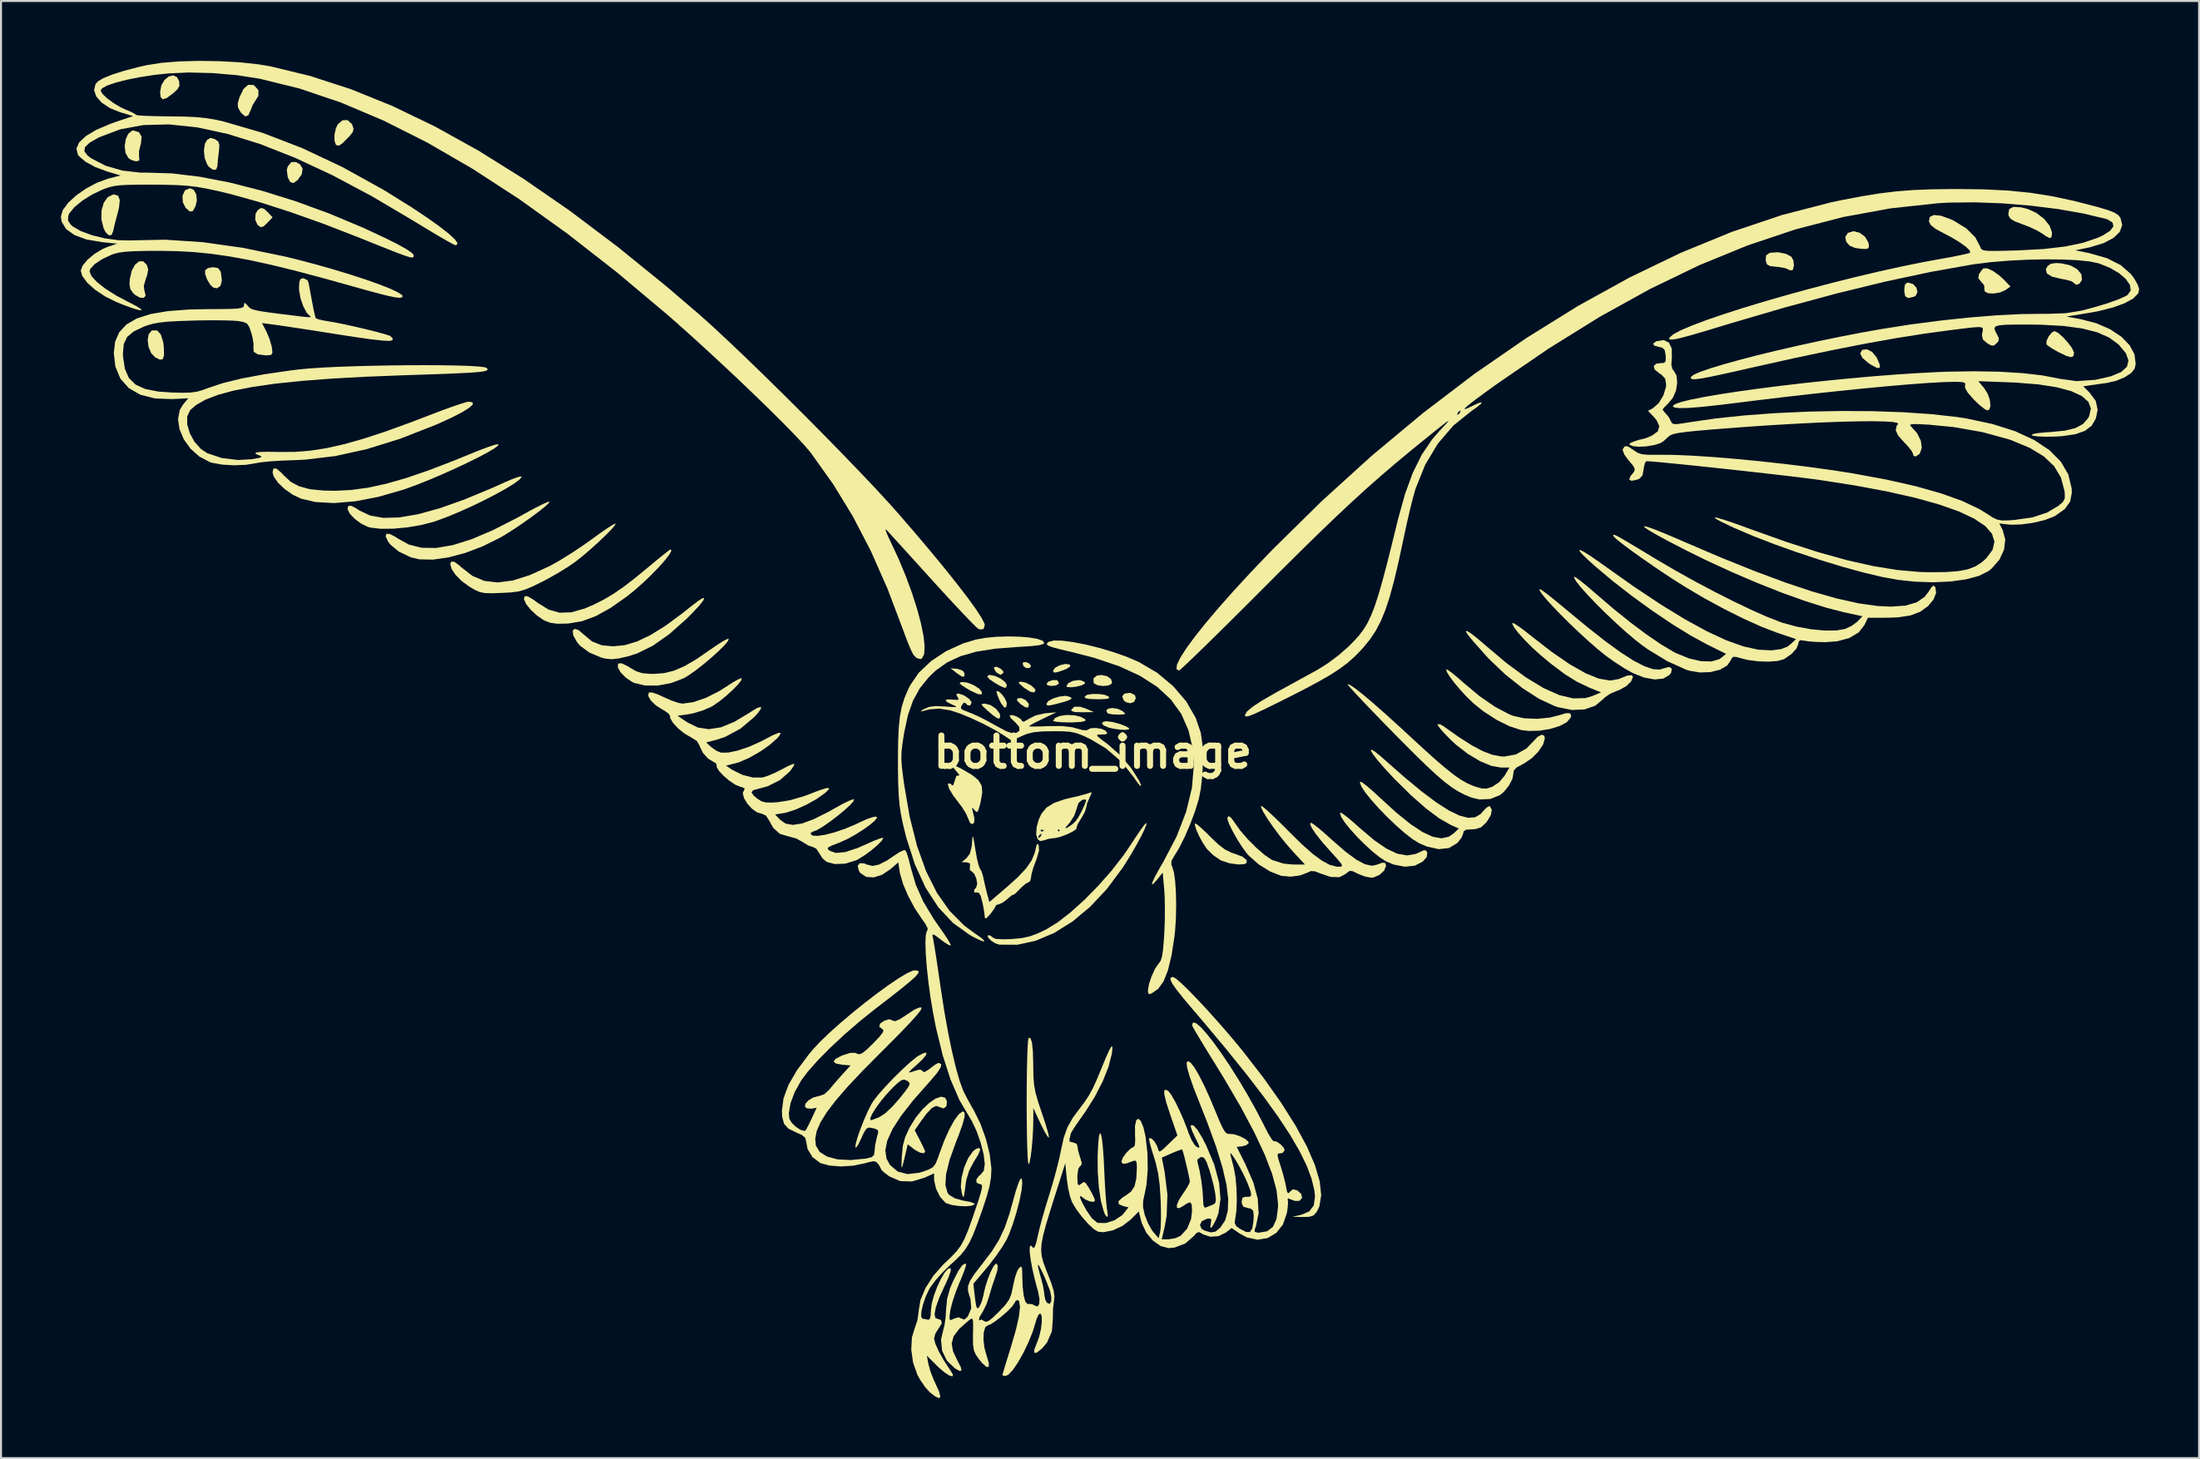
<source format=kicad_pcb>
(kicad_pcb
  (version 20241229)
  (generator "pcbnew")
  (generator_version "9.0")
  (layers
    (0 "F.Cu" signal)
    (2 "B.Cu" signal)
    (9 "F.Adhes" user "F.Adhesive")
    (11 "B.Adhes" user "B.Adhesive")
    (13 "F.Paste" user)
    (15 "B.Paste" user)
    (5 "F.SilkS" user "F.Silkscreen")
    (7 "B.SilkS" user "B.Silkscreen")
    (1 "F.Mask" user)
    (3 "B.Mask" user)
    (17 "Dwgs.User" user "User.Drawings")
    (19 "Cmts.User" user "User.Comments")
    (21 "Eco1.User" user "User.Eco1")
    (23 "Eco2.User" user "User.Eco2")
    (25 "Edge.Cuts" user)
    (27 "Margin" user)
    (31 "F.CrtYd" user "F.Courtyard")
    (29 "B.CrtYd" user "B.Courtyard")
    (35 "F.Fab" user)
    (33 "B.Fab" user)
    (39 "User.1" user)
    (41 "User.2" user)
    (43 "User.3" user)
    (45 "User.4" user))
  (footprint "bottom_image"
    (layer "F.Cu")
    (at 51.683 34.632)
    (property "Reference" "bottom_image" (at 0 0 0) (layer "F.SilkS") (effects (font (size 1.524 1.524) (thickness 0.3))))
    (attr board_only exclude_from_pos_files exclude_from_bom)
    (fp_poly (pts (xy -6.793 -4.173) (xy -6.517 -4.085) (xy -6.426 -3.948) (xy -6.437 -3.785) (xy -6.57 -3.792) (xy -6.833 -3.971) (xy -6.847 -3.982) (xy -7.123 -4.204)) (stroke (width 0) (type solid)) (fill yes) (layer "F.SilkS"))
    (fp_poly (pts (xy -0.629 -2.274) (xy -0.317 -2.168) (xy 0.055 -2.006) (xy -0.534 -1.997) (xy -0.894 -2.008) (xy -1.061 -2.058) (xy -1.077 -2.126) (xy -0.924 -2.275)) (stroke (width 0) (type solid)) (fill yes) (layer "F.SilkS"))
    (fp_poly (pts (xy -4.627 -4.186) (xy -4.491 -4.06) (xy -4.476 -3.97) (xy -4.627 -3.871) (xy -4.82 -3.987) (xy -4.861 -4.034) (xy -4.949 -4.197) (xy -4.94 -4.263) (xy -4.807 -4.273)) (stroke (width 0) (type solid)) (fill yes) (layer "F.SilkS"))
    (fp_poly (pts (xy -3.353 -2.6) (xy -3.213 -2.429) (xy -3.203 -2.37) (xy -3.244 -2.232) (xy -3.387 -2.252) (xy -3.632 -2.416) (xy -3.798 -2.591) (xy -3.772 -2.695) (xy -3.574 -2.708)) (stroke (width 0) (type solid)) (fill yes) (layer "F.SilkS"))
    (fp_poly (pts (xy -3.171 -4.433) (xy -3.092 -4.31) (xy -3.172 -4.212) (xy -3.339 -4.212) (xy -3.482 -4.312) (xy -3.483 -4.314) (xy -3.511 -4.465) (xy -3.495 -4.494) (xy -3.347 -4.515)) (stroke (width 0) (type solid)) (fill yes) (layer "F.SilkS"))
    (fp_poly (pts (xy -1.766 -3.589) (xy -1.701 -3.456) (xy -1.716 -3.416) (xy -1.854 -3.338) (xy -2.069 -3.316) (xy -2.257 -3.348) (xy -2.319 -3.416) (xy -2.227 -3.53) (xy -2.023 -3.606) (xy -1.816 -3.609)) (stroke (width 0) (type solid)) (fill yes) (layer "F.SilkS"))
    (fp_poly (pts (xy 1.892 -2.963) (xy 2.109 -2.858) (xy 2.153 -2.706) (xy 2.069 -2.519) (xy 1.872 -2.448) (xy 1.646 -2.508) (xy 1.547 -2.595) (xy 1.472 -2.793) (xy 1.58 -2.931) (xy 1.836 -2.97)) (stroke (width 0) (type solid)) (fill yes) (layer "F.SilkS"))
    (fp_poly (pts (xy -39.709 -29.45) (xy -39.576 -29.235) (xy -39.621 -28.951) (xy -39.827 -28.658) (xy -40.039 -28.509) (xy -40.197 -28.564) (xy -40.318 -28.793) (xy -40.372 -29.163) (xy -40.318 -29.345) (xy -40.146 -29.559) (xy -39.913 -29.565)) (stroke (width 0) (type solid)) (fill yes) (layer "F.SilkS"))
    (fp_poly (pts (xy -0.581 -3.592) (xy -0.407 -3.513) (xy -0.398 -3.431) (xy -0.571 -3.344) (xy -0.831 -3.279) (xy -1.095 -3.249) (xy -1.283 -3.264) (xy -1.325 -3.304) (xy -1.229 -3.458) (xy -0.997 -3.57) (xy -0.713 -3.61)) (stroke (width 0) (type solid)) (fill yes) (layer "F.SilkS"))
    (fp_poly (pts (xy -41.507 -27.222) (xy -41.307 -27.036) (xy -41.082 -26.794) (xy -41.322 -26.539) (xy -41.53 -26.341) (xy -41.67 -26.299) (xy -41.813 -26.397) (xy -41.833 -26.416) (xy -41.951 -26.668) (xy -41.933 -26.968) (xy -41.833 -27.145) (xy -41.667 -27.261)) (stroke (width 0) (type solid)) (fill yes) (layer "F.SilkS"))
    (fp_poly (pts (xy -6.276 -3.482) (xy -5.963 -3.355) (xy -5.69 -3.18) (xy -5.549 -3.008) (xy -5.571 -2.891) (xy -5.752 -2.907) (xy -6.08 -3.056) (xy -6.295 -3.179) (xy -6.57 -3.354) (xy -6.672 -3.451) (xy -6.622 -3.499) (xy -6.54 -3.514)) (stroke (width 0) (type solid)) (fill yes) (layer "F.SilkS"))
    (fp_poly (pts (xy -5.116 -2.354) (xy -4.847 -2.17) (xy -4.669 -1.941) (xy -4.638 -1.818) (xy -4.668 -1.689) (xy -4.775 -1.692) (xy -4.987 -1.835) (xy -5.236 -2.048) (xy -5.48 -2.269) (xy -5.571 -2.382) (xy -5.523 -2.424) (xy -5.395 -2.43)) (stroke (width 0) (type solid)) (fill yes) (layer "F.SilkS"))
    (fp_poly (pts (xy -4.873 -3.809) (xy -4.598 -3.672) (xy -4.383 -3.503) (xy -4.307 -3.365) (xy -4.332 -3.242) (xy -4.435 -3.226) (xy -4.655 -3.324) (xy -4.886 -3.456) (xy -5.186 -3.659) (xy -5.292 -3.797) (xy -5.199 -3.861) (xy -5.13 -3.865)) (stroke (width 0) (type solid)) (fill yes) (layer "F.SilkS"))
    (fp_poly (pts (xy -4.708 -3.041) (xy -4.551 -2.894) (xy -4.401 -2.685) (xy -4.313 -2.481) (xy -4.307 -2.43) (xy -4.344 -2.239) (xy -4.444 -2.246) (xy -4.593 -2.446) (xy -4.678 -2.609) (xy -4.786 -2.872) (xy -4.824 -3.039) (xy -4.818 -3.06)) (stroke (width 0) (type solid)) (fill yes) (layer "F.SilkS"))
    (fp_poly (pts (xy -3.343 -3.475) (xy -3.089 -3.34) (xy -2.908 -3.177) (xy -2.871 -3.086) (xy -2.945 -2.987) (xy -3.14 -3.031) (xy -3.422 -3.209) (xy -3.479 -3.254) (xy -3.677 -3.429) (xy -3.713 -3.508) (xy -3.599 -3.53) (xy -3.586 -3.53)) (stroke (width 0) (type solid)) (fill yes) (layer "F.SilkS"))
    (fp_poly (pts (xy -1.136 -4.382) (xy -1.136 -4.291) (xy -1.319 -4.171) (xy -1.471 -4.108) (xy -1.78 -4.005) (xy -1.935 -3.986) (xy -1.986 -4.048) (xy -1.988 -4.082) (xy -1.893 -4.224) (xy -1.664 -4.349) (xy -1.386 -4.415) (xy -1.332 -4.417)) (stroke (width 0) (type solid)) (fill yes) (layer "F.SilkS"))
    (fp_poly (pts (xy 0.714 -3.806) (xy 0.91 -3.664) (xy 0.965 -3.487) (xy 0.942 -3.428) (xy 0.779 -3.338) (xy 0.513 -3.313) (xy 0.241 -3.35) (xy 0.061 -3.442) (xy 0.042 -3.473) (xy 0.034 -3.706) (xy 0.217 -3.839) (xy 0.435 -3.865)) (stroke (width 0) (type solid)) (fill yes) (layer "F.SilkS"))
    (fp_poly (pts (xy 41.085 -23.448) (xy 41.249 -23.269) (xy 41.303 -23.054) (xy 41.219 -22.871) (xy 41.128 -22.817) (xy 40.838 -22.748) (xy 40.686 -22.84) (xy 40.64 -23.114) (xy 40.64 -23.136) (xy 40.668 -23.407) (xy 40.768 -23.514) (xy 40.839 -23.523)) (stroke (width 0) (type solid)) (fill yes) (layer "F.SilkS"))
    (fp_poly (pts (xy -45.861 -33.811) (xy -45.761 -33.61) (xy -45.744 -33.395) (xy -45.846 -33.207) (xy -46.063 -33.006) (xy -46.383 -32.77) (xy -46.584 -32.708) (xy -46.688 -32.82) (xy -46.714 -33.075) (xy -46.651 -33.414) (xy -46.49 -33.681) (xy -46.275 -33.853) (xy -46.051 -33.904)) (stroke (width 0) (type solid)) (fill yes) (layer "F.SilkS"))
    (fp_poly (pts (xy -45.03 -28.167) (xy -44.906 -27.95) (xy -44.873 -27.646) (xy -44.938 -27.356) (xy -45.069 -27.113) (xy -45.219 -27.083) (xy -45.426 -27.258) (xy -45.427 -27.258) (xy -45.577 -27.546) (xy -45.594 -27.869) (xy -45.476 -28.13) (xy -45.445 -28.16) (xy -45.22 -28.251)) (stroke (width 0) (type solid)) (fill yes) (layer "F.SilkS"))
    (fp_poly (pts (xy -43.81 -24.252) (xy -43.686 -24.086) (xy -43.67 -24.031) (xy -43.621 -23.634) (xy -43.689 -23.36) (xy -43.858 -23.239) (xy -44.038 -23.266) (xy -44.203 -23.415) (xy -44.358 -23.677) (xy -44.458 -23.955) (xy -44.461 -24.14) (xy -44.319 -24.251) (xy -44.069 -24.296)) (stroke (width 0) (type solid)) (fill yes) (layer "F.SilkS"))
    (fp_poly (pts (xy 1.003 -1.507) (xy 1.361 -1.41) (xy 1.674 -1.288) (xy 1.817 -1.2) (xy 1.804 -1.14) (xy 1.632 -1.116) (xy 1.358 -1.127) (xy 1.04 -1.172) (xy 0.801 -1.228) (xy 0.539 -1.339) (xy 0.45 -1.452) (xy 0.545 -1.53) (xy 0.701 -1.546)) (stroke (width 0) (type solid)) (fill yes) (layer "F.SilkS"))
    (fp_poly (pts (xy 1.22 -2.177) (xy 1.462 -2.072) (xy 1.497 -2.047) (xy 1.614 -1.944) (xy 1.582 -1.897) (xy 1.37 -1.882) (xy 1.261 -1.881) (xy 0.96 -1.895) (xy 0.762 -1.935) (xy 0.736 -1.951) (xy 0.673 -2.091) (xy 0.77 -2.179) (xy 0.971 -2.211)) (stroke (width 0) (type solid)) (fill yes) (layer "F.SilkS"))
    (fp_poly (pts (xy 38.403 -26.023) (xy 38.674 -25.822) (xy 38.844 -25.535) (xy 38.873 -25.352) (xy 38.846 -25.248) (xy 38.733 -25.205) (xy 38.487 -25.216) (xy 38.177 -25.259) (xy 37.901 -25.374) (xy 37.727 -25.581) (xy 37.687 -25.815) (xy 37.81 -26.011) (xy 38.094 -26.099)) (stroke (width 0) (type solid)) (fill yes) (layer "F.SilkS"))
    (fp_poly (pts (xy 39.033 -20.048) (xy 39.249 -19.788) (xy 39.261 -19.765) (xy 39.41 -19.428) (xy 39.418 -19.257) (xy 39.28 -19.247) (xy 38.992 -19.398) (xy 38.843 -19.496) (xy 38.542 -19.752) (xy 38.434 -19.974) (xy 38.525 -20.143) (xy 38.543 -20.155) (xy 38.775 -20.183)) (stroke (width 0) (type solid)) (fill yes) (layer "F.SilkS"))
    (fp_poly (pts (xy -46.866 -21.127) (xy -46.678 -20.926) (xy -46.558 -20.54) (xy -46.527 -20.283) (xy -46.518 -19.891) (xy -46.575 -19.692) (xy -46.718 -19.662) (xy -46.948 -19.769) (xy -47.16 -19.985) (xy -47.292 -20.298) (xy -47.338 -20.637) (xy -47.289 -20.934) (xy -47.135 -21.118) (xy -47.112 -21.128)) (stroke (width 0) (type solid)) (fill yes) (layer "F.SilkS"))
    (fp_poly (pts (xy -1.264 -2.805) (xy -1.078 -2.736) (xy -1.077 -2.662) (xy -1.272 -2.572) (xy -1.634 -2.466) (xy -2.004 -2.371) (xy -2.209 -2.334) (xy -2.298 -2.35) (xy -2.319 -2.42) (xy -2.319 -2.435) (xy -2.222 -2.565) (xy -1.983 -2.691) (xy -1.678 -2.784) (xy -1.385 -2.819)) (stroke (width 0) (type solid)) (fill yes) (layer "F.SilkS"))
    (fp_poly (pts (xy -0.914 -1.845) (xy -0.615 -1.77) (xy -0.382 -1.655) (xy -0.366 -1.57) (xy -0.568 -1.516) (xy -0.988 -1.491) (xy -1.16 -1.489) (xy -1.556 -1.498) (xy -1.849 -1.523) (xy -1.984 -1.56) (xy -1.988 -1.568) (xy -1.889 -1.715) (xy -1.636 -1.817) (xy -1.29 -1.863)) (stroke (width 0) (type solid)) (fill yes) (layer "F.SilkS"))
    (fp_poly (pts (xy 0.309 -2.912) (xy 0.605 -2.869) (xy 0.795 -2.783) (xy 0.797 -2.781) (xy 0.821 -2.708) (xy 0.692 -2.667) (xy 0.38 -2.651) (xy 0.234 -2.65) (xy -0.165 -2.664) (xy -0.372 -2.707) (xy -0.413 -2.787) (xy -0.412 -2.788) (xy -0.281 -2.873) (xy -0.014 -2.914)) (stroke (width 0) (type solid)) (fill yes) (layer "F.SilkS"))
    (fp_poly (pts (xy -37.118 -31.48) (xy -37.085 -31.416) (xy -37.025 -31.228) (xy -37.066 -31.064) (xy -37.236 -30.851) (xy -37.33 -30.753) (xy -37.588 -30.5) (xy -37.748 -30.39) (xy -37.858 -30.396) (xy -37.916 -30.443) (xy -37.984 -30.638) (xy -37.979 -30.941) (xy -37.91 -31.257) (xy -37.818 -31.449) (xy -37.578 -31.657) (xy -37.327 -31.666)) (stroke (width 0) (type solid)) (fill yes) (layer "F.SilkS"))
    (fp_poly (pts (xy -48.813 -27.872) (xy -48.734 -27.658) (xy -48.771 -27.281) (xy -48.85 -26.965) (xy -48.953 -26.586) (xy -49.03 -26.269) (xy -49.058 -26.127) (xy -49.142 -25.912) (xy -49.283 -25.89) (xy -49.446 -26.054) (xy -49.543 -26.242) (xy -49.656 -26.686) (xy -49.649 -27.128) (xy -49.539 -27.517) (xy -49.34 -27.804) (xy -49.069 -27.936) (xy -49.012 -27.94)) (stroke (width 0) (type solid)) (fill yes) (layer "F.SilkS"))
    (fp_poly (pts (xy -42.05 -33.425) (xy -41.993 -33.394) (xy -41.791 -33.162) (xy -41.791 -32.881) (xy -41.907 -32.692) (xy -42.074 -32.43) (xy -42.171 -32.183) (xy -42.293 -31.907) (xy -42.451 -31.849) (xy -42.642 -32.009) (xy -42.696 -32.086) (xy -42.812 -32.298) (xy -42.828 -32.494) (xy -42.749 -32.775) (xy -42.731 -32.828) (xy -42.533 -33.231) (xy -42.303 -33.433)) (stroke (width 0) (type solid)) (fill yes) (layer "F.SilkS"))
    (fp_poly (pts (xy 48.339 -21.01) (xy 48.578 -20.803) (xy 48.827 -20.531) (xy 49.033 -20.256) (xy 49.139 -20.039) (xy 49.143 -20.002) (xy 49.11 -19.836) (xy 48.988 -19.788) (xy 48.745 -19.857) (xy 48.35 -20.047) (xy 48.044 -20.221) (xy 47.823 -20.372) (xy 47.761 -20.434) (xy 47.765 -20.602) (xy 47.874 -20.829) (xy 48.031 -21.023) (xy 48.165 -21.093)) (stroke (width 0) (type solid)) (fill yes) (layer "F.SilkS"))
    (fp_poly (pts (xy -47.771 -31.059) (xy -47.641 -30.83) (xy -47.673 -30.484) (xy -47.696 -30.417) (xy -47.77 -30.101) (xy -47.768 -29.837) (xy -47.763 -29.817) (xy -47.754 -29.643) (xy -47.911 -29.597) (xy -47.913 -29.597) (xy -48.17 -29.672) (xy -48.307 -29.77) (xy -48.448 -30.026) (xy -48.487 -30.357) (xy -48.438 -30.696) (xy -48.313 -30.976) (xy -48.124 -31.131) (xy -48.049 -31.143)) (stroke (width 0) (type solid)) (fill yes) (layer "F.SilkS"))
    (fp_poly (pts (xy -43.986 -30.718) (xy -43.952 -30.701) (xy -43.802 -30.591) (xy -43.746 -30.432) (xy -43.763 -30.148) (xy -43.774 -30.067) (xy -43.816 -29.714) (xy -43.84 -29.428) (xy -43.843 -29.36) (xy -43.907 -29.188) (xy -44.063 -29.175) (xy -44.258 -29.312) (xy -44.348 -29.428) (xy -44.481 -29.76) (xy -44.521 -30.144) (xy -44.466 -30.491) (xy -44.363 -30.669) (xy -44.194 -30.774)) (stroke (width 0) (type solid)) (fill yes) (layer "F.SilkS"))
    (fp_poly (pts (xy -5.642 19.934) (xy -5.754 20.191) (xy -5.96 20.522) (xy -6.192 20.964) (xy -6.338 21.434) (xy -6.352 21.516) (xy -6.408 21.946) (xy -6.445 22.191) (xy -6.473 22.287) (xy -6.503 22.268) (xy -6.544 22.168) (xy -6.547 22.161) (xy -6.612 21.773) (xy -6.569 21.294) (xy -6.439 20.794) (xy -6.242 20.339) (xy -6 19.996) (xy -5.842 19.872) (xy -5.671 19.825)) (stroke (width 0) (type solid)) (fill yes) (layer "F.SilkS"))
    (fp_poly (pts (xy 34.726 -24.96) (xy 34.98 -24.825) (xy 35.085 -24.639) (xy 35.116 -24.387) (xy 35.066 -24.182) (xy 35.026 -24.141) (xy 34.874 -24.151) (xy 34.832 -24.183) (xy 34.668 -24.25) (xy 34.373 -24.303) (xy 34.235 -24.316) (xy 33.925 -24.352) (xy 33.772 -24.429) (xy 33.712 -24.586) (xy 33.703 -24.651) (xy 33.719 -24.885) (xy 33.879 -25.001) (xy 33.952 -25.022) (xy 34.331 -25.044)) (stroke (width 0) (type solid)) (fill yes) (layer "F.SilkS"))
    (fp_poly (pts (xy 44.799 -24.238) (xy 45.081 -24.108) (xy 45.402 -23.882) (xy 45.646 -23.655) (xy 45.958 -23.327) (xy 45.704 -23.148) (xy 45.436 -23.03) (xy 45.117 -22.976) (xy 44.832 -22.992) (xy 44.671 -23.081) (xy 44.646 -23.252) (xy 44.659 -23.282) (xy 44.628 -23.412) (xy 44.496 -23.56) (xy 44.349 -23.744) (xy 44.381 -23.938) (xy 44.392 -23.96) (xy 44.531 -24.162) (xy 44.613 -24.239)) (stroke (width 0) (type solid)) (fill yes) (layer "F.SilkS"))
    (fp_poly (pts (xy 48.514 -24.488) (xy 48.96 -24.386) (xy 49.305 -24.192) (xy 49.512 -23.941) (xy 49.539 -23.664) (xy 49.534 -23.646) (xy 49.412 -23.466) (xy 49.249 -23.412) (xy 49.128 -23.511) (xy 49.125 -23.52) (xy 49.004 -23.594) (xy 48.732 -23.67) (xy 48.493 -23.713) (xy 48.041 -23.821) (xy 47.783 -23.981) (xy 47.729 -24.185) (xy 47.82 -24.353) (xy 47.981 -24.469) (xy 48.241 -24.504)) (stroke (width 0) (type solid)) (fill yes) (layer "F.SilkS"))
    (fp_poly (pts (xy -47.378 -24.408) (xy -47.372 -24.397) (xy -47.311 -24.178) (xy -47.362 -23.898) (xy -47.424 -23.73) (xy -47.532 -23.357) (xy -47.498 -23.103) (xy -47.492 -23.09) (xy -47.437 -22.871) (xy -47.53 -22.761) (xy -47.723 -22.769) (xy -47.967 -22.907) (xy -48.052 -22.983) (xy -48.202 -23.187) (xy -48.248 -23.441) (xy -48.231 -23.706) (xy -48.134 -24.12) (xy -47.969 -24.422) (xy -47.768 -24.588) (xy -47.56 -24.592)) (stroke (width 0) (type solid)) (fill yes) (layer "F.SilkS"))
    (fp_poly (pts (xy 46.49 -27.295) (xy 46.822 -27.213) (xy 47.257 -27.015) (xy 47.639 -26.721) (xy 47.916 -26.381) (xy 48.037 -26.044) (xy 48.039 -26.004) (xy 48.016 -25.801) (xy 47.922 -25.753) (xy 47.721 -25.857) (xy 47.553 -25.977) (xy 47.272 -26.143) (xy 46.878 -26.325) (xy 46.559 -26.447) (xy 46.182 -26.59) (xy 45.97 -26.715) (xy 45.874 -26.858) (xy 45.852 -26.964) (xy 45.897 -27.208) (xy 46.108 -27.318)) (stroke (width 0) (type solid)) (fill yes) (layer "F.SilkS"))
    (fp_poly (pts (xy 0.403 19.128) (xy 0.454 19.358) (xy 0.502 19.776) (xy 0.545 20.373) (xy 0.567 20.843) (xy 0.597 21.471) (xy 0.631 22.046) (xy 0.668 22.522) (xy 0.703 22.849) (xy 0.719 22.943) (xy 0.754 23.213) (xy 0.712 23.293) (xy 0.616 23.172) (xy 0.553 23.028) (xy 0.406 22.49) (xy 0.301 21.792) (xy 0.246 20.988) (xy 0.243 20.21) (xy 0.27 19.625) (xy 0.307 19.255) (xy 0.353 19.091)) (stroke (width 0) (type solid)) (fill yes) (layer "F.SilkS"))
    (fp_poly (pts (xy 5.215 3.617) (xy 5.425 3.795) (xy 5.713 4.067) (xy 5.873 4.228) (xy 6.28 4.619) (xy 6.613 4.874) (xy 6.932 5.034) (xy 7.123 5.097) (xy 7.503 5.241) (xy 7.694 5.4) (xy 7.71 5.442) (xy 7.695 5.562) (xy 7.556 5.617) (xy 7.269 5.627) (xy 6.852 5.57) (xy 6.443 5.436) (xy 6.384 5.407) (xy 6.036 5.167) (xy 5.727 4.864) (xy 5.697 4.826) (xy 5.5 4.53) (xy 5.318 4.195) (xy 5.179 3.881) (xy 5.11 3.649) (xy 5.12 3.567)) (stroke (width 0) (type solid)) (fill yes) (layer "F.SilkS"))
    (fp_poly (pts (xy 12.497 3.073) (xy 12.724 3.242) (xy 13.042 3.507) (xy 13.379 3.806) (xy 14.094 4.412) (xy 14.712 4.837) (xy 15.252 5.089) (xy 15.732 5.174) (xy 16.171 5.1) (xy 16.352 5.021) (xy 16.58 4.917) (xy 16.691 4.928) (xy 16.751 5.038) (xy 16.722 5.259) (xy 16.522 5.484) (xy 16.122 5.69) (xy 15.618 5.739) (xy 15.059 5.63) (xy 14.68 5.469) (xy 14.364 5.266) (xy 13.995 4.969) (xy 13.604 4.612) (xy 13.221 4.227) (xy 12.877 3.846) (xy 12.603 3.501) (xy 12.428 3.226) (xy 12.382 3.053) (xy 12.397 3.028)) (stroke (width 0) (type solid)) (fill yes) (layer "F.SilkS"))
    (fp_poly (pts (xy -19.459 -7.713) (xy -19.522 -7.581) (xy -19.721 -7.331) (xy -20.053 -6.974) (xy -20.352 -6.676) (xy -21.22 -5.905) (xy -22.036 -5.332) (xy -22.819 -4.947) (xy -23.251 -4.807) (xy -23.741 -4.695) (xy -24.103 -4.655) (xy -24.416 -4.686) (xy -24.628 -4.741) (xy -25.221 -4.992) (xy -25.68 -5.331) (xy -25.833 -5.51) (xy -26.019 -5.846) (xy -26.053 -6.077) (xy -25.958 -6.177) (xy -25.758 -6.117) (xy -25.502 -5.898) (xy -25.079 -5.544) (xy -24.596 -5.354) (xy -24.026 -5.301) (xy -23.442 -5.36) (xy -22.823 -5.546) (xy -22.146 -5.869) (xy -21.391 -6.341) (xy -20.534 -6.974) (xy -20.127 -7.299) (xy -19.757 -7.583) (xy -19.536 -7.718)) (stroke (width 0) (type solid)) (fill yes) (layer "F.SilkS"))
    (fp_poly (pts (xy 17.801 -4.109) (xy 18.025 -3.942) (xy 18.337 -3.681) (xy 18.587 -3.459) (xy 19.37 -2.805) (xy 20.133 -2.278) (xy 20.836 -1.905) (xy 21.064 -1.815) (xy 21.606 -1.696) (xy 22.248 -1.669) (xy 22.888 -1.731) (xy 23.327 -1.843) (xy 23.706 -1.954) (xy 23.911 -1.947) (xy 23.956 -1.82) (xy 23.928 -1.721) (xy 23.737 -1.498) (xy 23.379 -1.307) (xy 22.907 -1.162) (xy 22.376 -1.075) (xy 21.838 -1.061) (xy 21.45 -1.108) (xy 20.87 -1.295) (xy 20.22 -1.619) (xy 19.566 -2.042) (xy 19.07 -2.44) (xy 18.743 -2.754) (xy 18.414 -3.11) (xy 18.113 -3.467) (xy 17.873 -3.786) (xy 17.725 -4.028) (xy 17.7 -4.153) (xy 17.701 -4.154)) (stroke (width 0) (type solid)) (fill yes) (layer "F.SilkS"))
    (fp_poly (pts (xy -18.27 -5.57) (xy -18.445 -5.358) (xy -18.728 -5.076) (xy -19.082 -4.754) (xy -19.472 -4.424) (xy -19.864 -4.116) (xy -20.222 -3.862) (xy -20.492 -3.7) (xy -21.13 -3.457) (xy -21.799 -3.335) (xy -22.436 -3.338) (xy -22.978 -3.472) (xy -23.092 -3.527) (xy -23.409 -3.747) (xy -23.654 -4.002) (xy -23.789 -4.245) (xy -23.779 -4.424) (xy -23.766 -4.439) (xy -23.6 -4.451) (xy -23.296 -4.305) (xy -23.184 -4.234) (xy -22.871 -4.053) (xy -22.571 -3.957) (xy -22.188 -3.923) (xy -21.985 -3.92) (xy -21.474 -3.958) (xy -20.976 -4.081) (xy -20.45 -4.309) (xy -19.851 -4.659) (xy -19.175 -5.125) (xy -18.798 -5.385) (xy -18.488 -5.578) (xy -18.287 -5.677) (xy -18.236 -5.681)) (stroke (width 0) (type solid)) (fill yes) (layer "F.SilkS"))
    (fp_poly (pts (xy -27.206 -12.555) (xy -27.259 -12.465) (xy -27.461 -12.282) (xy -27.778 -12.03) (xy -28.173 -11.737) (xy -28.611 -11.429) (xy -29.056 -11.13) (xy -29.472 -10.868) (xy -29.689 -10.742) (xy -30.555 -10.313) (xy -31.43 -9.981) (xy -32.275 -9.756) (xy -33.052 -9.645) (xy -33.724 -9.658) (xy -34.151 -9.758) (xy -34.763 -10.05) (xy -35.184 -10.402) (xy -35.299 -10.554) (xy -35.42 -10.811) (xy -35.381 -10.939) (xy -35.203 -10.929) (xy -34.911 -10.775) (xy -34.821 -10.712) (xy -34.262 -10.401) (xy -33.622 -10.239) (xy -32.891 -10.229) (xy -32.057 -10.371) (xy -31.11 -10.669) (xy -30.038 -11.125) (xy -28.831 -11.74) (xy -28.459 -11.946) (xy -28 -12.197) (xy -27.613 -12.394) (xy -27.336 -12.521) (xy -27.209 -12.557)) (stroke (width 0) (type solid)) (fill yes) (layer "F.SilkS"))
    (fp_poly (pts (xy 22.504 -8.104) (xy 22.755 -7.918) (xy 23.109 -7.638) (xy 23.533 -7.29) (xy 23.733 -7.122) (xy 24.772 -6.263) (xy 25.668 -5.558) (xy 26.434 -5.001) (xy 27.079 -4.587) (xy 27.614 -4.309) (xy 28.048 -4.16) (xy 28.392 -4.135) (xy 28.614 -4.203) (xy 28.866 -4.269) (xy 28.997 -4.181) (xy 28.968 -3.989) (xy 28.881 -3.868) (xy 28.574 -3.685) (xy 28.138 -3.642) (xy 27.614 -3.735) (xy 27.041 -3.963) (xy 27.034 -3.967) (xy 26.617 -4.203) (xy 26.136 -4.513) (xy 25.709 -4.818) (xy 25.3 -5.148) (xy 24.845 -5.543) (xy 24.369 -5.979) (xy 23.894 -6.432) (xy 23.444 -6.879) (xy 23.043 -7.294) (xy 22.714 -7.655) (xy 22.482 -7.937) (xy 22.37 -8.117) (xy 22.389 -8.172)) (stroke (width 0) (type solid)) (fill yes) (layer "F.SilkS"))
    (fp_poly (pts (xy -7.398 17.312) (xy -7.307 17.488) (xy -7.327 17.733) (xy -7.463 17.85) (xy -7.659 17.793) (xy -7.673 17.782) (xy -7.846 17.724) (xy -8.056 17.827) (xy -8.322 18.104) (xy -8.614 18.5) (xy -8.921 18.944) (xy -8.662 19.439) (xy -8.512 19.738) (xy -8.416 19.956) (xy -8.398 20.016) (xy -8.469 20.098) (xy -8.659 20.063) (xy -8.912 19.925) (xy -8.982 19.873) (xy -9.27 19.647) (xy -9.329 19.901) (xy -9.448 20.409) (xy -9.526 20.714) (xy -9.568 20.825) (xy -9.583 20.753) (xy -9.577 20.51) (xy -9.566 20.255) (xy -9.516 19.729) (xy -9.401 19.296) (xy -9.186 18.828) (xy -9.163 18.784) (xy -8.867 18.307) (xy -8.534 17.897) (xy -8.193 17.573) (xy -7.872 17.355) (xy -7.597 17.261)) (stroke (width 0) (type solid)) (fill yes) (layer "F.SilkS"))
    (fp_poly (pts (xy -28.603 -13.802) (xy -28.699 -13.668) (xy -28.967 -13.466) (xy -29.374 -13.214) (xy -29.887 -12.928) (xy -30.473 -12.625) (xy -31.099 -12.322) (xy -31.734 -12.036) (xy -32.343 -11.783) (xy -32.894 -11.58) (xy -33.02 -11.538) (xy -33.661 -11.373) (xy -34.359 -11.257) (xy -35.051 -11.194) (xy -35.677 -11.19) (xy -36.177 -11.249) (xy -36.313 -11.287) (xy -36.646 -11.45) (xy -36.965 -11.686) (xy -37.211 -11.943) (xy -37.325 -12.166) (xy -37.327 -12.192) (xy -37.285 -12.337) (xy -37.143 -12.342) (xy -36.875 -12.202) (xy -36.724 -12.103) (xy -36.193 -11.852) (xy -35.532 -11.737) (xy -34.736 -11.759) (xy -33.799 -11.918) (xy -32.715 -12.217) (xy -31.477 -12.656) (xy -30.079 -13.237) (xy -29.458 -13.516) (xy -29.074 -13.681) (xy -28.779 -13.786) (xy -28.619 -13.815)) (stroke (width 0) (type solid)) (fill yes) (layer "F.SilkS"))
    (fp_poly (pts (xy -6.901 0.674) (xy -6.585 0.831) (xy -6.543 0.853) (xy -6.045 1.147) (xy -5.727 1.408) (xy -5.566 1.686) (xy -5.538 2.028) (xy -5.616 2.482) (xy -5.646 2.604) (xy -5.727 2.895) (xy -5.794 3.003) (xy -5.878 2.959) (xy -5.928 2.901) (xy -6.036 2.781) (xy -6.045 2.839) (xy -6.008 2.982) (xy -5.929 3.338) (xy -5.947 3.537) (xy -6.033 3.61) (xy -6.145 3.549) (xy -6.235 3.346) (xy -6.351 3.078) (xy -6.557 2.748) (xy -6.673 2.596) (xy -7 2.163) (xy -7.199 1.828) (xy -7.257 1.615) (xy -7.236 1.567) (xy -7.129 1.58) (xy -7.077 1.641) (xy -6.999 1.671) (xy -6.93 1.487) (xy -6.919 1.437) (xy -6.835 1.197) (xy -6.717 1.166) (xy -6.71 1.17) (xy -6.68 1.156) (xy -6.781 1.02) (xy -6.819 0.977) (xy -7.012 0.745) (xy -7.042 0.645)) (stroke (width 0) (type solid)) (fill yes) (layer "F.SilkS"))
    (fp_poly (pts (xy -3.118 14.334) (xy -3.047 14.554) (xy -3.003 14.975) (xy -2.984 15.606) (xy -2.983 15.792) (xy -2.974 16.285) (xy -2.939 16.689) (xy -2.865 17.078) (xy -2.737 17.527) (xy -2.55 18.084) (xy -2.39 18.564) (xy -2.271 18.958) (xy -2.204 19.225) (xy -2.201 19.326) (xy -2.202 19.326) (xy -2.285 19.233) (xy -2.428 18.988) (xy -2.604 18.641) (xy -2.632 18.581) (xy -2.98 17.835) (xy -2.981 18.398) (xy -2.992 18.902) (xy -3.022 19.417) (xy -3.065 19.896) (xy -3.116 20.293) (xy -3.17 20.56) (xy -3.219 20.651) (xy -3.243 20.545) (xy -3.265 20.247) (xy -3.284 19.782) (xy -3.299 19.18) (xy -3.309 18.468) (xy -3.313 17.674) (xy -3.313 17.51) (xy -3.31 16.7) (xy -3.3 15.962) (xy -3.286 15.327) (xy -3.267 14.821) (xy -3.245 14.475) (xy -3.22 14.316) (xy -3.215 14.309)) (stroke (width 0) (type solid)) (fill yes) (layer "F.SilkS"))
    (fp_poly (pts (xy 2.687 3.623) (xy 2.596 3.856) (xy 2.426 4.204) (xy 2.197 4.63) (xy 1.928 5.097) (xy 1.637 5.57) (xy 1.49 5.798) (xy 0.713 6.844) (xy -0.129 7.744) (xy -1.018 8.486) (xy -1.936 9.058) (xy -2.863 9.45) (xy -3.782 9.65) (xy -4.673 9.645) (xy -4.698 9.642) (xy -4.899 9.572) (xy -5.094 9.444) (xy -5.234 9.304) (xy -5.271 9.197) (xy -5.198 9.166) (xy -5.05 9.247) (xy -5.017 9.29) (xy -4.854 9.357) (xy -4.481 9.378) (xy -4.07 9.363) (xy -3.568 9.318) (xy -3.158 9.23) (xy -2.738 9.073) (xy -2.346 8.886) (xy -1.769 8.534) (xy -1.117 8.028) (xy -0.425 7.404) (xy 0.27 6.698) (xy 0.932 5.947) (xy 1.525 5.186) (xy 1.877 4.671) (xy 2.162 4.237) (xy 2.407 3.879) (xy 2.588 3.635) (xy 2.679 3.542) (xy 2.68 3.542)) (stroke (width 0) (type solid)) (fill yes) (layer "F.SilkS"))
    (fp_poly (pts (xy -29.781 -15.43) (xy -29.787 -15.36) (xy -29.969 -15.22) (xy -30.299 -15.024) (xy -30.748 -14.784) (xy -31.288 -14.515) (xy -31.89 -14.231) (xy -32.527 -13.945) (xy -33.169 -13.67) (xy -33.788 -13.42) (xy -34.357 -13.21) (xy -34.538 -13.148) (xy -35.778 -12.791) (xy -36.939 -12.567) (xy -37.996 -12.479) (xy -38.927 -12.529) (xy -39.645 -12.695) (xy -40.07 -12.897) (xy -40.475 -13.18) (xy -40.81 -13.5) (xy -41.026 -13.814) (xy -41.082 -14.021) (xy -41.035 -14.211) (xy -40.891 -14.207) (xy -40.65 -14.007) (xy -40.521 -13.867) (xy -40.168 -13.542) (xy -39.743 -13.315) (xy -39.209 -13.173) (xy -38.526 -13.105) (xy -37.934 -13.095) (xy -37.135 -13.135) (xy -36.295 -13.25) (xy -35.389 -13.447) (xy -34.391 -13.733) (xy -33.272 -14.115) (xy -32.007 -14.601) (xy -31.214 -14.926) (xy -30.712 -15.129) (xy -30.278 -15.29) (xy -29.957 -15.397) (xy -29.79 -15.432)) (stroke (width 0) (type solid)) (fill yes) (layer "F.SilkS"))
    (fp_poly (pts (xy -21.106 -10.091) (xy -21.206 -9.904) (xy -21.421 -9.623) (xy -21.727 -9.278) (xy -22.099 -8.894) (xy -22.512 -8.498) (xy -22.941 -8.118) (xy -23.328 -7.806) (xy -24.151 -7.226) (xy -24.89 -6.816) (xy -25.579 -6.561) (xy -26.251 -6.446) (xy -26.339 -6.441) (xy -26.817 -6.433) (xy -27.16 -6.477) (xy -27.449 -6.586) (xy -27.513 -6.62) (xy -27.843 -6.846) (xy -28.151 -7.132) (xy -28.384 -7.422) (xy -28.49 -7.658) (xy -28.492 -7.684) (xy -28.45 -7.815) (xy -28.309 -7.809) (xy -28.047 -7.659) (xy -27.78 -7.464) (xy -27.249 -7.139) (xy -26.709 -6.986) (xy -26.124 -7.005) (xy -25.456 -7.193) (xy -24.975 -7.4) (xy -24.48 -7.651) (xy -24.004 -7.934) (xy -23.503 -8.279) (xy -22.934 -8.717) (xy -22.253 -9.277) (xy -22.224 -9.301) (xy -21.825 -9.632) (xy -21.49 -9.904) (xy -21.253 -10.09) (xy -21.148 -10.16) (xy -21.147 -10.16)) (stroke (width 0) (type solid)) (fill yes) (layer "F.SilkS"))
    (fp_poly (pts (xy 4.163 11.345) (xy 4.426 11.571) (xy 4.785 11.919) (xy 5.217 12.363) (xy 5.701 12.881) (xy 6.212 13.448) (xy 6.729 14.04) (xy 7.229 14.632) (xy 7.532 15.003) (xy 8.561 16.333) (xy 9.437 17.573) (xy 10.158 18.717) (xy 10.722 19.757) (xy 11.125 20.69) (xy 11.365 21.507) (xy 11.438 22.203) (xy 11.343 22.772) (xy 11.212 23.037) (xy 11.062 23.204) (xy 10.854 23.279) (xy 10.516 23.29) (xy 9.994 23.278) (xy 10.452 23.175) (xy 10.842 23.008) (xy 11.066 22.71) (xy 11.129 22.269) (xy 11.097 21.955) (xy 10.955 21.368) (xy 10.711 20.716) (xy 10.355 19.99) (xy 9.883 19.179) (xy 9.286 18.273) (xy 8.559 17.262) (xy 7.693 16.134) (xy 6.682 14.881) (xy 5.52 13.491) (xy 5.041 12.929) (xy 4.553 12.352) (xy 4.206 11.917) (xy 3.988 11.609) (xy 3.89 11.409) (xy 3.899 11.3) (xy 4.007 11.265) (xy 4.019 11.264)) (stroke (width 0) (type solid)) (fill yes) (layer "F.SilkS"))
    (fp_poly (pts (xy -23.898 -11.455) (xy -23.943 -11.356) (xy -24.124 -11.146) (xy -24.408 -10.857) (xy -24.761 -10.521) (xy -25.151 -10.169) (xy -25.543 -9.833) (xy -25.902 -9.547) (xy -26.303 -9.271) (xy -26.818 -8.955) (xy -27.36 -8.65) (xy -27.589 -8.532) (xy -28.074 -8.295) (xy -28.442 -8.142) (xy -28.767 -8.051) (xy -29.126 -8.003) (xy -29.595 -7.977) (xy -29.632 -7.976) (xy -30.117 -7.96) (xy -30.45 -7.97) (xy -30.7 -8.018) (xy -30.933 -8.12) (xy -31.22 -8.288) (xy -31.243 -8.302) (xy -31.617 -8.578) (xy -31.919 -8.885) (xy -32.117 -9.182) (xy -32.183 -9.427) (xy -32.135 -9.543) (xy -31.986 -9.542) (xy -31.726 -9.355) (xy -31.612 -9.249) (xy -31.069 -8.827) (xy -30.471 -8.578) (xy -29.804 -8.501) (xy -29.051 -8.599) (xy -28.195 -8.87) (xy -27.22 -9.315) (xy -27.167 -9.342) (xy -26.686 -9.613) (xy -26.111 -9.97) (xy -25.522 -10.363) (xy -25.09 -10.669) (xy -24.66 -10.981) (xy -24.295 -11.231) (xy -24.031 -11.397) (xy -23.903 -11.457)) (stroke (width 0) (type solid)) (fill yes) (layer "F.SilkS"))
    (fp_poly (pts (xy 21.121 -6.436) (xy 21.357 -6.281) (xy 21.685 -6.036) (xy 21.958 -5.82) (xy 22.988 -5.019) (xy 23.894 -4.397) (xy 24.68 -3.952) (xy 25.348 -3.683) (xy 25.902 -3.586) (xy 26.346 -3.662) (xy 26.404 -3.688) (xy 26.748 -3.829) (xy 26.977 -3.858) (xy 27.057 -3.779) (xy 26.96 -3.542) (xy 26.711 -3.302) (xy 26.369 -3.112) (xy 26.252 -3.071) (xy 25.91 -2.926) (xy 25.634 -2.733) (xy 25.584 -2.679) (xy 25.168 -2.329) (xy 24.626 -2.139) (xy 23.987 -2.113) (xy 23.282 -2.256) (xy 23.133 -2.306) (xy 22.349 -2.671) (xy 21.511 -3.211) (xy 20.652 -3.898) (xy 19.807 -4.704) (xy 19.009 -5.601) (xy 18.786 -5.881) (xy 18.682 -6.046) (xy 18.724 -6.075) (xy 18.895 -5.979) (xy 19.177 -5.767) (xy 19.551 -5.45) (xy 19.613 -5.396) (xy 20.701 -4.476) (xy 21.685 -3.749) (xy 22.571 -3.21) (xy 23.362 -2.858) (xy 24.063 -2.692) (xy 24.678 -2.709) (xy 25.015 -2.81) (xy 25.455 -2.993) (xy 24.845 -3.241) (xy 24.254 -3.524) (xy 23.636 -3.908) (xy 22.951 -4.423) (xy 22.418 -4.867) (xy 22.004 -5.242) (xy 21.628 -5.619) (xy 21.318 -5.965) (xy 21.101 -6.246) (xy 21.008 -6.431) (xy 21.017 -6.476)) (stroke (width 0) (type solid)) (fill yes) (layer "F.SilkS"))
    (fp_poly (pts (xy 14.109 -0.04) (xy 14.404 0.196) (xy 14.605 0.373) (xy 15.602 1.252) (xy 16.468 1.967) (xy 17.21 2.523) (xy 17.84 2.926) (xy 18.366 3.18) (xy 18.799 3.29) (xy 19.148 3.262) (xy 19.423 3.101) (xy 19.532 2.979) (xy 19.715 2.779) (xy 19.861 2.703) (xy 19.884 2.709) (xy 19.985 2.887) (xy 19.931 3.162) (xy 19.734 3.487) (xy 19.703 3.525) (xy 19.447 3.765) (xy 19.161 3.857) (xy 18.985 3.865) (xy 18.696 3.887) (xy 18.571 3.969) (xy 18.553 4.065) (xy 18.477 4.269) (xy 18.291 4.514) (xy 18.243 4.562) (xy 17.836 4.806) (xy 17.326 4.861) (xy 16.729 4.728) (xy 16.343 4.562) (xy 16.018 4.361) (xy 15.628 4.059) (xy 15.201 3.685) (xy 14.763 3.267) (xy 14.342 2.835) (xy 13.966 2.416) (xy 13.661 2.041) (xy 13.457 1.736) (xy 13.378 1.532) (xy 13.396 1.476) (xy 13.497 1.521) (xy 13.721 1.693) (xy 14.036 1.964) (xy 14.379 2.281) (xy 15.202 3.031) (xy 15.911 3.604) (xy 16.518 4.006) (xy 17.032 4.242) (xy 17.466 4.317) (xy 17.83 4.237) (xy 18.075 4.068) (xy 18.33 3.829) (xy 17.917 3.642) (xy 17.353 3.32) (xy 16.689 2.823) (xy 15.941 2.165) (xy 15.125 1.359) (xy 15.029 1.259) (xy 14.583 0.777) (xy 14.246 0.386) (xy 14.025 0.097) (xy 13.925 -0.077) (xy 13.951 -0.127)) (stroke (width 0) (type solid)) (fill yes) (layer "F.SilkS"))
    (fp_poly (pts (xy -3.684 -5.784) (xy -3.18 -5.743) (xy -2.776 -5.674) (xy -2.512 -5.581) (xy -2.43 -5.478) (xy -2.492 -5.411) (xy -2.697 -5.357) (xy -3.068 -5.314) (xy -3.63 -5.277) (xy -3.782 -5.269) (xy -4.906 -5.181) (xy -5.846 -5.031) (xy -6.631 -4.806) (xy -7.293 -4.498) (xy -7.86 -4.096) (xy -8.217 -3.754) (xy -8.664 -3.2) (xy -9.002 -2.588) (xy -9.256 -1.867) (xy -9.447 -0.985) (xy -9.461 -0.901) (xy -9.537 -0.41) (xy -9.58 -0.022) (xy -9.589 0.333) (xy -9.564 0.725) (xy -9.504 1.225) (xy -9.455 1.59) (xy -9.17 3.247) (xy -8.802 4.706) (xy -8.348 5.973) (xy -7.805 7.055) (xy -7.169 7.959) (xy -6.436 8.693) (xy -5.919 9.074) (xy -5.582 9.309) (xy -5.435 9.448) (xy -5.464 9.487) (xy -5.658 9.421) (xy -6.006 9.247) (xy -6.169 9.156) (xy -7.007 8.554) (xy -7.742 7.767) (xy -8.376 6.791) (xy -8.911 5.624) (xy -9.349 4.262) (xy -9.526 3.534) (xy -9.616 3.083) (xy -9.681 2.638) (xy -9.723 2.148) (xy -9.748 1.562) (xy -9.759 0.829) (xy -9.76 0.442) (xy -9.752 -0.459) (xy -9.723 -1.183) (xy -9.664 -1.771) (xy -9.569 -2.267) (xy -9.432 -2.713) (xy -9.245 -3.153) (xy -9.146 -3.353) (xy -8.711 -3.985) (xy -8.097 -4.564) (xy -7.344 -5.061) (xy -6.491 -5.449) (xy -5.853 -5.641) (xy -5.371 -5.727) (xy -4.821 -5.779) (xy -4.245 -5.797)) (stroke (width 0) (type solid)) (fill yes) (layer "F.SilkS"))
    (fp_poly (pts (xy -5.986 4.282) (xy -5.938 4.539) (xy -5.878 4.91) (xy -5.802 5.327) (xy -5.724 5.653) (xy -5.66 5.832) (xy -5.647 5.848) (xy -5.567 5.988) (xy -5.49 6.251) (xy -5.482 6.289) (xy -5.4 6.667) (xy -5.301 7.067) (xy -5.295 7.089) (xy -5.182 7.509) (xy -4.336 6.787) (xy -3.754 6.263) (xy -3.337 5.818) (xy -3.063 5.42) (xy -2.906 5.039) (xy -2.871 4.887) (xy -2.814 4.639) (xy -2.76 4.588) (xy -2.707 4.677) (xy -2.696 4.937) (xy -2.813 5.344) (xy -2.855 5.452) (xy -2.989 5.817) (xy -3.075 6.135) (xy -3.092 6.269) (xy -3.138 6.462) (xy -3.214 6.516) (xy -3.359 6.59) (xy -3.576 6.777) (xy -3.655 6.859) (xy -3.849 7.054) (xy -3.963 7.144) (xy -3.976 7.14) (xy -4.046 7.165) (xy -4.219 7.304) (xy -4.268 7.349) (xy -4.502 7.531) (xy -4.692 7.618) (xy -4.71 7.62) (xy -4.849 7.669) (xy -4.863 7.703) (xy -4.93 7.834) (xy -5.09 8.056) (xy -5.139 8.117) (xy -5.317 8.31) (xy -5.399 8.326) (xy -5.411 8.26) (xy -5.433 8.046) (xy -5.491 7.713) (xy -5.53 7.521) (xy -5.622 7.182) (xy -5.721 7.035) (xy -5.806 7.031) (xy -5.942 7.029) (xy -5.942 6.908) (xy -5.837 6.765) (xy -5.79 6.591) (xy -5.833 6.339) (xy -5.936 6.1) (xy -6.069 5.969) (xy -6.1 5.963) (xy -6.165 5.876) (xy -6.152 5.743) (xy -6.157 5.569) (xy -6.328 5.518) (xy -6.333 5.518) (xy -6.571 5.514) (xy -6.329 5.313) (xy -6.153 5.08) (xy -6.066 4.72) (xy -6.053 4.571) (xy -6.035 4.315) (xy -6.015 4.213)) (stroke (width 0) (type solid)) (fill yes) (layer "F.SilkS"))
    (fp_poly (pts (xy -0.068 2.079) (xy -0.165 2.28) (xy -0.283 2.557) (xy -0.331 2.773) (xy -0.39 2.972) (xy -0.538 3.251) (xy -0.598 3.344) (xy -0.749 3.595) (xy -0.814 3.764) (xy -0.808 3.793) (xy -0.85 3.875) (xy -1.039 3.996) (xy -1.312 4.126) (xy -1.608 4.237) (xy -1.863 4.301) (xy -1.935 4.307) (xy -2.24 4.349) (xy -2.425 4.415) (xy -2.639 4.455) (xy -2.762 4.361) (xy -2.781 4.3) (xy -2.734 4.3) (xy -2.719 4.307) (xy -2.618 4.229) (xy -2.595 4.197) (xy -2.567 4.093) (xy -2.582 4.086) (xy -2.683 4.164) (xy -2.706 4.197) (xy -2.734 4.3) (xy -2.781 4.3) (xy -2.836 4.125) (xy -2.823 3.902) (xy -2.614 3.902) (xy -2.598 3.968) (xy -2.54 3.976) (xy -2.449 3.935) (xy -2.457 3.92) (xy -1.767 3.92) (xy -1.712 3.976) (xy -1.657 3.92) (xy -1.712 3.865) (xy -1.767 3.92) (xy -2.457 3.92) (xy -2.466 3.902) (xy -2.597 3.889) (xy -2.614 3.902) (xy -2.823 3.902) (xy -2.818 3.817) (xy -1.364 3.817) (xy -1.269 3.779) (xy -1.013 3.603) (xy -0.859 3.457) (xy -0.723 3.26) (xy -0.563 2.968) (xy -0.421 2.665) (xy -0.339 2.436) (xy -0.331 2.388) (xy -0.42 2.372) (xy -0.539 2.394) (xy -0.722 2.554) (xy -0.811 2.843) (xy -0.933 3.19) (xy -1.147 3.524) (xy -1.183 3.565) (xy -1.352 3.759) (xy -1.364 3.817) (xy -2.818 3.817) (xy -2.815 3.771) (xy -2.709 3.376) (xy -2.57 3.08) (xy -2.316 2.776) (xy -1.936 2.541) (xy -1.391 2.355) (xy -1.095 2.285) (xy -0.697 2.192) (xy -0.366 2.104) (xy -0.194 2.048) (xy -0.072 2.009)) (stroke (width 0) (type solid)) (fill yes) (layer "F.SilkS"))
    (fp_poly (pts (xy 12.875 -3.372) (xy 13.14 -3.193) (xy 13.54 -2.878) (xy 14.062 -2.436) (xy 14.697 -1.877) (xy 15.432 -1.21) (xy 15.879 -0.797) (xy 16.611 -0.122) (xy 17.21 0.415) (xy 17.7 0.834) (xy 18.105 1.152) (xy 18.448 1.388) (xy 18.753 1.561) (xy 19.044 1.687) (xy 19.153 1.726) (xy 19.485 1.821) (xy 19.729 1.825) (xy 19.998 1.738) (xy 20.013 1.732) (xy 20.349 1.508) (xy 20.625 1.18) (xy 20.629 1.173) (xy 20.865 0.773) (xy 20.444 0.773) (xy 19.96 0.688) (xy 19.391 0.451) (xy 18.783 0.087) (xy 18.182 -0.378) (xy 17.914 -0.627) (xy 17.606 -0.942) (xy 17.38 -1.2) (xy 17.268 -1.364) (xy 17.264 -1.398) (xy 17.394 -1.395) (xy 17.542 -1.313) (xy 18.33 -0.756) (xy 18.985 -0.339) (xy 19.535 -0.048) (xy 20.008 0.132) (xy 20.43 0.213) (xy 20.608 0.221) (xy 21.19 0.115) (xy 21.715 -0.182) (xy 22.032 -0.507) (xy 22.276 -0.766) (xy 22.48 -0.875) (xy 22.61 -0.822) (xy 22.639 -0.688) (xy 22.549 -0.377) (xy 22.313 -0.025) (xy 21.982 0.308) (xy 21.605 0.564) (xy 21.552 0.59) (xy 21.229 0.765) (xy 21.083 0.921) (xy 21.067 1.049) (xy 21.019 1.331) (xy 20.844 1.67) (xy 20.592 1.985) (xy 20.392 2.153) (xy 19.907 2.348) (xy 19.357 2.371) (xy 18.978 2.281) (xy 18.641 2.143) (xy 18.317 1.978) (xy 17.982 1.766) (xy 17.616 1.489) (xy 17.196 1.13) (xy 16.7 0.669) (xy 16.105 0.089) (xy 15.391 -0.628) (xy 15.106 -0.917) (xy 14.515 -1.52) (xy 13.981 -2.073) (xy 13.521 -2.554) (xy 13.153 -2.946) (xy 12.895 -3.229) (xy 12.767 -3.383) (xy 12.756 -3.406)) (stroke (width 0) (type solid)) (fill yes) (layer "F.SilkS"))
    (fp_poly (pts (xy -1.528 -5.583) (xy -0.98 -5.512) (xy -0.345 -5.387) (xy 0.338 -5.218) (xy 1.029 -5.012) (xy 1.687 -4.78) (xy 2.275 -4.529) (xy 2.305 -4.515) (xy 3.225 -3.973) (xy 4.023 -3.307) (xy 4.674 -2.546) (xy 5.152 -1.72) (xy 5.407 -0.971) (xy 5.493 -0.376) (xy 5.519 0.349) (xy 5.49 1.122) (xy 5.406 1.86) (xy 5.307 2.351) (xy 5.125 2.948) (xy 4.88 3.605) (xy 4.601 4.249) (xy 4.318 4.813) (xy 4.087 5.189) (xy 3.939 5.442) (xy 3.931 5.635) (xy 3.981 5.753) (xy 4.064 6.028) (xy 4.124 6.473) (xy 4.162 7.038) (xy 4.175 7.674) (xy 4.161 8.331) (xy 4.12 8.959) (xy 4.09 9.232) (xy 3.942 10.188) (xy 3.761 10.934) (xy 3.545 11.48) (xy 3.29 11.836) (xy 3.21 11.904) (xy 2.947 12.086) (xy 2.813 12.131) (xy 2.765 12.042) (xy 2.761 11.941) (xy 2.812 11.623) (xy 2.942 11.232) (xy 3.112 10.861) (xy 3.285 10.605) (xy 3.3 10.591) (xy 3.391 10.466) (xy 3.459 10.265) (xy 3.511 9.947) (xy 3.554 9.473) (xy 3.579 9.08) (xy 3.604 8.454) (xy 3.61 7.806) (xy 3.598 7.225) (xy 3.578 6.896) (xy 3.5 6.035) (xy 3.246 6.354) (xy 3.047 6.583) (xy 2.96 6.635) (xy 2.983 6.518) (xy 3.111 6.244) (xy 3.342 5.821) (xy 3.538 5.485) (xy 4.198 4.223) (xy 4.676 2.982) (xy 4.965 1.78) (xy 5.061 0.635) (xy 5.004 -0.171) (xy 4.792 -1.092) (xy 4.432 -1.911) (xy 3.912 -2.634) (xy 3.225 -3.27) (xy 2.359 -3.826) (xy 1.305 -4.31) (xy 0.054 -4.73) (xy -1.087 -5.022) (xy -1.654 -5.156) (xy -2.03 -5.258) (xy -2.24 -5.34) (xy -2.309 -5.412) (xy -2.263 -5.486) (xy -2.205 -5.527) (xy -1.95 -5.591)) (stroke (width 0) (type solid)) (fill yes) (layer "F.SilkS"))
    (fp_poly (pts (xy 8.522 2.743) (xy 8.743 2.931) (xy 9.065 3.229) (xy 9.459 3.613) (xy 9.796 3.951) (xy 10.459 4.605) (xy 11.011 5.095) (xy 11.473 5.437) (xy 11.865 5.646) (xy 12.207 5.736) (xy 12.319 5.743) (xy 12.445 5.733) (xy 12.484 5.682) (xy 12.42 5.562) (xy 12.237 5.342) (xy 11.919 4.992) (xy 11.91 4.982) (xy 11.503 4.521) (xy 11.185 4.122) (xy 10.972 3.808) (xy 10.882 3.604) (xy 10.925 3.534) (xy 11.047 3.605) (xy 11.294 3.797) (xy 11.629 4.082) (xy 12.004 4.419) (xy 12.656 4.987) (xy 13.193 5.383) (xy 13.628 5.616) (xy 13.976 5.693) (xy 14.204 5.646) (xy 14.501 5.537) (xy 14.651 5.558) (xy 14.688 5.687) (xy 14.592 5.933) (xy 14.356 6.151) (xy 14.059 6.279) (xy 13.942 6.29) (xy 13.638 6.234) (xy 13.298 6.104) (xy 13.263 6.086) (xy 13.012 5.963) (xy 12.864 5.949) (xy 12.73 6.044) (xy 12.684 6.09) (xy 12.358 6.264) (xy 11.917 6.254) (xy 11.43 6.089) (xy 11.124 5.97) (xy 10.921 5.959) (xy 10.767 6.028) (xy 10.381 6.178) (xy 9.899 6.239) (xy 9.434 6.195) (xy 9.424 6.192) (xy 8.873 5.977) (xy 8.307 5.623) (xy 7.817 5.191) (xy 7.695 5.052) (xy 7.463 4.732) (xy 7.218 4.343) (xy 6.995 3.945) (xy 6.825 3.595) (xy 6.74 3.354) (xy 6.737 3.317) (xy 6.784 3.204) (xy 6.909 3.269) (xy 7.08 3.492) (xy 7.106 3.535) (xy 7.38 3.922) (xy 7.754 4.355) (xy 8.175 4.778) (xy 8.588 5.138) (xy 8.937 5.379) (xy 8.985 5.404) (xy 9.554 5.585) (xy 10.041 5.632) (xy 10.626 5.632) (xy 9.995 4.951) (xy 9.669 4.577) (xy 9.334 4.158) (xy 9.017 3.73) (xy 8.743 3.331) (xy 8.539 2.999) (xy 8.43 2.771) (xy 8.426 2.691)) (stroke (width 0) (type solid)) (fill yes) (layer "F.SilkS"))
    (fp_poly (pts (xy -6.523 -2.873) (xy -6.415 -2.821) (xy -6.185 -2.66) (xy -6.075 -2.498) (xy -6.074 -2.482) (xy -6.139 -2.336) (xy -6.279 -2.355) (xy -6.359 -2.444) (xy -6.458 -2.484) (xy -6.541 -2.38) (xy -6.605 -2.259) (xy -6.598 -2.179) (xy -6.481 -2.104) (xy -6.212 -1.996) (xy -6.074 -1.943) (xy -5.725 -1.789) (xy -5.284 -1.565) (xy -4.842 -1.319) (xy -4.829 -1.311) (xy -4.33 -1.047) (xy -3.989 -0.934) (xy -3.862 -0.94) (xy -3.674 -1.071) (xy -3.687 -1.267) (xy -3.9 -1.51) (xy -3.937 -1.54) (xy -4.115 -1.712) (xy -4.165 -1.832) (xy -4.159 -1.842) (xy -4.014 -1.856) (xy -3.796 -1.777) (xy -3.603 -1.654) (xy -3.534 -1.545) (xy -3.458 -1.526) (xy -3.271 -1.625) (xy -3.214 -1.665) (xy -2.868 -1.837) (xy -2.432 -1.941) (xy -2.358 -1.949) (xy -1.822 -1.997) (xy -2.512 -1.668) (xy -2.855 -1.499) (xy -3.102 -1.367) (xy -3.202 -1.299) (xy -3.203 -1.298) (xy -3.101 -1.285) (xy -2.828 -1.283) (xy -2.435 -1.294) (xy -2.236 -1.302) (xy -1.55 -1.307) (xy -1.032 -1.247) (xy -0.799 -1.183) (xy -0.506 -1.104) (xy -0.307 -1.095) (xy -0.268 -1.117) (xy -0.108 -1.198) (xy 0.163 -1.211) (xy 0.448 -1.164) (xy 0.65 -1.063) (xy 0.663 -1.049) (xy 0.725 -0.936) (xy 0.631 -0.89) (xy 0.443 -0.883) (xy 0.267 -0.879) (xy 0.204 -0.846) (xy 0.273 -0.758) (xy 0.491 -0.586) (xy 0.74 -0.402) (xy 1.349 0.132) (xy 1.904 0.778) (xy 2.313 1.418) (xy 2.415 1.646) (xy 2.406 1.707) (xy 2.305 1.614) (xy 2.131 1.378) (xy 2.059 1.266) (xy 1.44 0.484) (xy 0.656 -0.188) (xy -0.101 -0.641) (xy -0.507 -0.834) (xy -0.825 -0.954) (xy -1.134 -1.019) (xy -1.513 -1.045) (xy -1.982 -1.049) (xy -2.547 -1.038) (xy -2.961 -0.997) (xy -3.292 -0.916) (xy -3.552 -0.811) (xy -4.066 -0.573) (xy -4.448 -0.833) (xy -4.91 -1.115) (xy -5.476 -1.414) (xy -6.075 -1.696) (xy -6.638 -1.93) (xy -7.097 -2.082) (xy -7.157 -2.097) (xy -7.694 -2.181) (xy -8.178 -2.144) (xy -8.559 -2.044) (xy -8.625 -2.042) (xy -8.515 -2.125) (xy -8.457 -2.16) (xy -8.196 -2.268) (xy -7.866 -2.307) (xy -7.411 -2.288) (xy -7.034 -2.26) (xy -6.854 -2.258) (xy -6.846 -2.288) (xy -6.986 -2.355) (xy -7.043 -2.38) (xy -7.317 -2.519) (xy -7.38 -2.61) (xy -7.233 -2.645) (xy -7.018 -2.63) (xy -6.775 -2.616) (xy -6.715 -2.662) (xy -6.758 -2.731) (xy -6.84 -2.89) (xy -6.752 -2.94)) (stroke (width 0) (type solid)) (fill yes) (layer "F.SilkS"))
    (fp_poly (pts (xy 27.767 -11.289) (xy 28.126 -11.162) (xy 28.681 -10.939) (xy 29.433 -10.618) (xy 29.586 -10.551) (xy 31.459 -9.75) (xy 33.156 -9.067) (xy 34.684 -8.498) (xy 36.053 -8.042) (xy 37.27 -7.696) (xy 38.345 -7.457) (xy 39.285 -7.323) (xy 39.965 -7.289) (xy 40.7 -7.341) (xy 41.26 -7.504) (xy 41.666 -7.785) (xy 41.86 -8.04) (xy 42.016 -8.279) (xy 42.115 -8.345) (xy 42.196 -8.261) (xy 42.197 -8.26) (xy 42.236 -7.979) (xy 42.104 -7.643) (xy 41.837 -7.322) (xy 41.438 -7.033) (xy 40.951 -6.848) (xy 40.331 -6.753) (xy 39.788 -6.734) (xy 38.818 -6.732) (xy 38.652 -6.375) (xy 38.36 -5.999) (xy 37.894 -5.72) (xy 37.285 -5.553) (xy 36.685 -5.509) (xy 36.249 -5.52) (xy 35.864 -5.548) (xy 35.628 -5.584) (xy 35.416 -5.608) (xy 35.343 -5.511) (xy 35.339 -5.443) (xy 35.245 -5.195) (xy 34.997 -4.921) (xy 34.647 -4.677) (xy 34.601 -4.652) (xy 34.291 -4.567) (xy 33.843 -4.533) (xy 33.33 -4.549) (xy 32.829 -4.614) (xy 32.544 -4.682) (xy 32.235 -4.767) (xy 32.073 -4.776) (xy 31.996 -4.703) (xy 31.965 -4.619) (xy 31.767 -4.336) (xy 31.409 -4.13) (xy 30.941 -4.012) (xy 30.414 -3.991) (xy 29.877 -4.079) (xy 29.704 -4.135) (xy 28.776 -4.555) (xy 27.823 -5.134) (xy 27.516 -5.351) (xy 27.104 -5.675) (xy 26.641 -6.071) (xy 26.153 -6.515) (xy 25.664 -6.98) (xy 25.2 -7.441) (xy 24.787 -7.874) (xy 24.449 -8.251) (xy 24.213 -8.548) (xy 24.102 -8.74) (xy 24.105 -8.792) (xy 24.204 -8.744) (xy 24.435 -8.574) (xy 24.765 -8.307) (xy 25.162 -7.967) (xy 25.251 -7.889) (xy 26.101 -7.161) (xy 26.94 -6.488) (xy 27.734 -5.894) (xy 28.452 -5.403) (xy 29.06 -5.039) (xy 29.219 -4.957) (xy 29.859 -4.697) (xy 30.459 -4.557) (xy 30.976 -4.542) (xy 31.372 -4.655) (xy 31.458 -4.714) (xy 31.716 -4.923) (xy 30.784 -5.385) (xy 29.952 -5.837) (xy 29.014 -6.416) (xy 28.018 -7.087) (xy 27.01 -7.818) (xy 26.037 -8.574) (xy 25.146 -9.323) (xy 24.793 -9.642) (xy 24.493 -9.933) (xy 24.363 -10.096) (xy 24.396 -10.131) (xy 24.584 -10.042) (xy 24.92 -9.831) (xy 25.398 -9.501) (xy 25.58 -9.369) (xy 27.081 -8.307) (xy 28.438 -7.403) (xy 29.659 -6.654) (xy 30.752 -6.056) (xy 31.724 -5.605) (xy 32.582 -5.298) (xy 33.334 -5.131) (xy 33.985 -5.1) (xy 34.019 -5.102) (xy 34.475 -5.163) (xy 34.786 -5.283) (xy 34.947 -5.406) (xy 35.221 -5.663) (xy 34.291 -5.975) (xy 33.519 -6.27) (xy 32.62 -6.673) (xy 31.643 -7.16) (xy 30.638 -7.705) (xy 29.727 -8.241) (xy 29.205 -8.569) (xy 28.642 -8.937) (xy 28.069 -9.324) (xy 27.515 -9.709) (xy 27.01 -10.069) (xy 26.585 -10.385) (xy 26.268 -10.635) (xy 26.09 -10.798) (xy 26.063 -10.843) (xy 26.067 -10.88) (xy 26.096 -10.893) (xy 26.173 -10.868) (xy 26.319 -10.795) (xy 26.558 -10.659) (xy 26.914 -10.45) (xy 27.407 -10.153) (xy 28.063 -9.757) (xy 28.216 -9.665) (xy 29.139 -9.123) (xy 30.111 -8.581) (xy 31.093 -8.059) (xy 32.05 -7.574) (xy 32.943 -7.146) (xy 33.737 -6.793) (xy 34.392 -6.534) (xy 34.566 -6.474) (xy 35.255 -6.287) (xy 35.97 -6.157) (xy 36.653 -6.092) (xy 37.245 -6.096) (xy 37.679 -6.173) (xy 38.016 -6.333) (xy 38.297 -6.545) (xy 38.306 -6.555) (xy 38.544 -6.809) (xy 37.651 -7.001) (xy 36.748 -7.232) (xy 35.695 -7.564) (xy 34.528 -7.982) (xy 33.286 -8.473) (xy 32.006 -9.021) (xy 30.726 -9.611) (xy 29.707 -10.114) (xy 28.898 -10.532) (xy 28.283 -10.864) (xy 27.862 -11.107) (xy 27.635 -11.26) (xy 27.603 -11.321)) (stroke (width 0) (type solid)) (fill yes) (layer "F.SilkS"))
    (fp_poly (pts (xy -9.394 4.91) (xy -9.325 5.039) (xy -9.232 5.327) (xy -9.133 5.714) (xy -9.12 5.775) (xy -8.867 6.642) (xy -8.492 7.486) (xy -7.966 8.362) (xy -7.685 8.765) (xy -7.423 9.141) (xy -7.227 9.447) (xy -7.122 9.642) (xy -7.113 9.69) (xy -7.222 9.658) (xy -7.444 9.519) (xy -7.629 9.38) (xy -7.891 9.184) (xy -8.017 9.126) (xy -8.032 9.196) (xy -8.023 9.229) (xy -7.989 9.398) (xy -7.929 9.751) (xy -7.85 10.251) (xy -7.757 10.865) (xy -7.656 11.556) (xy -7.618 11.817) (xy -7.446 12.936) (xy -7.258 13.991) (xy -7.062 14.951) (xy -6.865 15.785) (xy -6.672 16.465) (xy -6.492 16.959) (xy -6.465 17.017) (xy -6.304 17.332) (xy -6.089 17.724) (xy -5.96 17.946) (xy -5.629 18.614) (xy -5.355 19.373) (xy -5.165 20.14) (xy -5.082 20.83) (xy -5.08 20.926) (xy -5.102 21.327) (xy -5.176 21.756) (xy -5.316 22.272) (xy -5.534 22.931) (xy -5.536 22.936) (xy -5.785 23.634) (xy -5.99 24.164) (xy -6.178 24.569) (xy -6.373 24.89) (xy -6.598 25.171) (xy -6.88 25.454) (xy -7.142 25.692) (xy -7.528 26.067) (xy -7.884 26.469) (xy -8.147 26.825) (xy -8.197 26.911) (xy -8.372 27.285) (xy -8.504 27.671) (xy -8.584 28.018) (xy -8.599 28.272) (xy -8.537 28.381) (xy -8.527 28.382) (xy -8.321 28.419) (xy -8.264 28.438) (xy -8.17 28.413) (xy -8.122 28.224) (xy -8.109 27.967) (xy -8.065 27.619) (xy -7.954 27.214) (xy -7.798 26.795) (xy -7.617 26.407) (xy -7.432 26.092) (xy -7.263 25.894) (xy -7.131 25.856) (xy -7.113 25.87) (xy -7.12 26.001) (xy -7.212 26.274) (xy -7.371 26.639) (xy -7.427 26.754) (xy -7.693 27.336) (xy -7.861 27.811) (xy -7.927 28.156) (xy -7.884 28.348) (xy -7.804 28.382) (xy -7.6 28.449) (xy -7.567 28.622) (xy -7.713 28.86) (xy -7.719 28.866) (xy -7.888 29.133) (xy -7.95 29.383) (xy -7.887 29.638) (xy -7.717 30.016) (xy -7.468 30.462) (xy -7.167 30.925) (xy -7.11 31.005) (xy -7 31.202) (xy -7.034 31.274) (xy -7.182 31.231) (xy -7.413 31.085) (xy -7.698 30.846) (xy -7.803 30.745) (xy -8.312 30.236) (xy -8.233 30.662) (xy -8.134 31.019) (xy -7.973 31.436) (xy -7.887 31.621) (xy -7.695 32.046) (xy -7.634 32.294) (xy -7.706 32.368) (xy -7.91 32.268) (xy -8.158 32.076) (xy -8.394 31.817) (xy -8.645 31.45) (xy -8.788 31.191) (xy -9.002 30.584) (xy -9.094 29.934) (xy -9.06 29.316) (xy -8.91 28.831) (xy -8.787 28.466) (xy -8.726 28.054) (xy -8.724 27.996) (xy -8.633 27.45) (xy -8.378 26.846) (xy -7.988 26.235) (xy -7.49 25.669) (xy -7.41 25.594) (xy -7.068 25.268) (xy -6.807 24.988) (xy -6.601 24.707) (xy -6.424 24.378) (xy -6.247 23.956) (xy -6.045 23.392) (xy -5.924 23.04) (xy -5.734 22.475) (xy -5.613 22.085) (xy -5.554 21.84) (xy -5.55 21.706) (xy -5.597 21.653) (xy -5.651 21.645) (xy -5.818 21.577) (xy -5.836 21.416) (xy -5.706 21.232) (xy -5.632 21.178) (xy -5.461 20.97) (xy -5.411 20.636) (xy -5.466 20.162) (xy -5.611 19.588) (xy -5.817 18.998) (xy -6.058 18.481) (xy -6.199 18.249) (xy -6.684 17.425) (xy -7.126 16.4) (xy -7.518 15.189) (xy -7.855 13.808) (xy -8.015 12.987) (xy -8.141 12.214) (xy -8.243 11.453) (xy -8.319 10.737) (xy -8.367 10.099) (xy -8.384 9.571) (xy -8.369 9.186) (xy -8.318 8.977) (xy -8.297 8.954) (xy -8.269 8.834) (xy -8.393 8.591) (xy -8.56 8.359) (xy -8.92 7.82) (xy -9.247 7.21) (xy -9.505 6.604) (xy -9.658 6.076) (xy -9.672 5.998) (xy -9.743 5.521) (xy -10.119 5.851) (xy -10.55 6.142) (xy -10.974 6.276) (xy -11.35 6.25) (xy -11.638 6.062) (xy -11.713 5.95) (xy -11.778 5.699) (xy -11.676 5.563) (xy -11.445 5.576) (xy -11.327 5.628) (xy -11.051 5.702) (xy -10.722 5.639) (xy -10.308 5.427) (xy -9.93 5.171) (xy -9.658 4.997) (xy -9.453 4.91)) (stroke (width 0) (type solid)) (fill yes) (layer "F.SilkS"))
    (fp_poly (pts (xy -17.582 -3.704) (xy -17.611 -3.591) (xy -17.776 -3.382) (xy -18.037 -3.115) (xy -18.355 -2.827) (xy -18.688 -2.555) (xy -18.999 -2.337) (xy -19.104 -2.275) (xy -19.544 -2.085) (xy -20.035 -1.939) (xy -20.214 -1.906) (xy -20.8 -1.822) (xy -20.311 -1.495) (xy -19.787 -1.235) (xy -19.233 -1.15) (xy -18.63 -1.243) (xy -17.956 -1.517) (xy -17.19 -1.978) (xy -17.137 -2.014) (xy -16.804 -2.217) (xy -16.629 -2.269) (xy -16.619 -2.179) (xy -16.778 -1.953) (xy -16.959 -1.756) (xy -17.65 -1.174) (xy -18.418 -0.761) (xy -18.851 -0.618) (xy -19.365 -0.487) (xy -19.116 -0.255) (xy -18.851 -0.068) (xy -18.615 0.026) (xy -18.26 0.022) (xy -17.777 -0.081) (xy -17.224 -0.267) (xy -16.661 -0.517) (xy -16.479 -0.612) (xy -16.019 -0.852) (xy -15.738 -0.967) (xy -15.631 -0.957) (xy -15.697 -0.823) (xy -15.801 -0.702) (xy -16.179 -0.364) (xy -16.678 -0.017) (xy -17.214 0.288) (xy -17.706 0.501) (xy -17.85 0.544) (xy -18.372 0.676) (xy -18.049 0.891) (xy -17.557 1.137) (xy -17.028 1.271) (xy -16.554 1.271) (xy -16.528 1.266) (xy -16.238 1.172) (xy -15.857 1.005) (xy -15.588 0.866) (xy -15.271 0.701) (xy -15.038 0.601) (xy -14.948 0.586) (xy -14.982 0.692) (xy -15.124 0.898) (xy -15.194 0.985) (xy -15.67 1.401) (xy -16.277 1.706) (xy -16.708 1.825) (xy -17.007 1.905) (xy -17.096 2.014) (xy -16.981 2.18) (xy -16.814 2.323) (xy -16.612 2.455) (xy -16.39 2.519) (xy -16.073 2.527) (xy -15.792 2.51) (xy -15.17 2.41) (xy -14.48 2.211) (xy -14.216 2.112) (xy -13.693 1.911) (xy -13.361 1.805) (xy -13.21 1.794) (xy -13.233 1.878) (xy -13.418 2.053) (xy -13.84 2.352) (xy -14.36 2.642) (xy -14.897 2.882) (xy -15.366 3.032) (xy -15.458 3.049) (xy -15.913 3.122) (xy -15.668 3.383) (xy -15.385 3.581) (xy -15.02 3.645) (xy -14.555 3.572) (xy -13.971 3.356) (xy -13.252 2.996) (xy -12.924 2.811) (xy -12.529 2.593) (xy -12.207 2.436) (xy -12.005 2.359) (xy -11.96 2.359) (xy -11.994 2.467) (xy -12.171 2.665) (xy -12.452 2.921) (xy -12.796 3.205) (xy -13.164 3.484) (xy -13.514 3.726) (xy -13.807 3.9) (xy -14.003 3.975) (xy -14.016 3.976) (xy -14.131 4.054) (xy -14.136 4.086) (xy -14.041 4.182) (xy -13.783 4.196) (xy -13.4 4.138) (xy -12.929 4.016) (xy -12.409 3.839) (xy -11.877 3.616) (xy -11.669 3.515) (xy -11.308 3.352) (xy -11.005 3.249) (xy -10.841 3.228) (xy -10.812 3.301) (xy -10.94 3.454) (xy -11.189 3.662) (xy -11.521 3.897) (xy -11.9 4.136) (xy -12.29 4.351) (xy -12.653 4.518) (xy -12.721 4.544) (xy -13.075 4.679) (xy -13.25 4.771) (xy -13.279 4.848) (xy -13.192 4.935) (xy -13.182 4.942) (xy -12.865 5.05) (xy -12.402 5.006) (xy -11.79 4.807) (xy -11.314 4.598) (xy -10.939 4.43) (xy -10.653 4.322) (xy -10.503 4.29) (xy -10.491 4.3) (xy -10.576 4.446) (xy -10.796 4.668) (xy -11.099 4.924) (xy -11.435 5.171) (xy -11.75 5.367) (xy -11.857 5.42) (xy -12.398 5.586) (xy -12.927 5.607) (xy -13.327 5.501) (xy -13.544 5.316) (xy -13.699 5.067) (xy -13.851 4.839) (xy -14.024 4.749) (xy -14.238 4.683) (xy -14.501 4.525) (xy -14.523 4.508) (xy -14.855 4.326) (xy -15.224 4.226) (xy -15.226 4.226) (xy -15.676 4.094) (xy -16.011 3.789) (xy -16.195 3.451) (xy -16.373 3.177) (xy -16.558 3.092) (xy -16.818 3.017) (xy -17.082 2.826) (xy -17.313 2.567) (xy -17.476 2.29) (xy -17.533 2.044) (xy -17.451 1.879) (xy -17.446 1.876) (xy -17.449 1.806) (xy -17.633 1.736) (xy -17.673 1.728) (xy -17.916 1.626) (xy -18.204 1.433) (xy -18.486 1.194) (xy -18.713 0.954) (xy -18.836 0.758) (xy -18.837 0.675) (xy -18.869 0.561) (xy -18.976 0.503) (xy -19.271 0.324) (xy -19.534 0.03) (xy -19.684 -0.284) (xy -19.69 -0.317) (xy -19.833 -0.561) (xy -20.167 -0.766) (xy -20.478 -0.95) (xy -20.78 -1.199) (xy -21.024 -1.465) (xy -21.163 -1.695) (xy -21.173 -1.804) (xy -21.237 -1.921) (xy -21.447 -2.075) (xy -21.562 -2.137) (xy -21.889 -2.345) (xy -22.137 -2.586) (xy -22.267 -2.813) (xy -22.243 -2.98) (xy -22.24 -2.983) (xy -22.087 -2.992) (xy -21.789 -2.895) (xy -21.49 -2.757) (xy -21.105 -2.585) (xy -20.754 -2.466) (xy -20.545 -2.43) (xy -20.008 -2.506) (xy -19.382 -2.72) (xy -18.73 -3.046) (xy -18.377 -3.269) (xy -18.03 -3.494) (xy -17.755 -3.649) (xy -17.598 -3.708)) (stroke (width 0) (type solid)) (fill yes) (layer "F.SilkS"))
    (fp_poly (pts (xy -39.337 -23.649) (xy -39.273 -23.495) (xy -39.23 -23.258) (xy -39.162 -22.889) (xy -39.096 -22.53) (xy -39.022 -22.153) (xy -38.958 -21.869) (xy -38.92 -21.742) (xy -38.794 -21.686) (xy -38.523 -21.624) (xy -38.35 -21.596) (xy -37.975 -21.532) (xy -37.491 -21.435) (xy -36.948 -21.315) (xy -36.399 -21.187) (xy -35.896 -21.061) (xy -35.489 -20.95) (xy -35.231 -20.867) (xy -35.189 -20.848) (xy -35.057 -20.723) (xy -35.097 -20.628) (xy -35.239 -20.603) (xy -35.575 -20.619) (xy -36.111 -20.678) (xy -36.852 -20.781) (xy -37.732 -20.917) (xy -38.498 -21.038) (xy -39.233 -21.153) (xy -39.894 -21.254) (xy -40.439 -21.336) (xy -40.827 -21.392) (xy -40.932 -21.407) (xy -41.61 -21.495) (xy -41.396 -21.085) (xy -41.237 -20.709) (xy -41.126 -20.325) (xy -41.117 -20.277) (xy -41.087 -20.014) (xy -41.146 -19.903) (xy -41.345 -19.88) (xy -41.426 -19.88) (xy -41.811 -19.926) (xy -42.023 -20.053) (xy -42.042 -20.248) (xy -42.041 -20.25) (xy -42.033 -20.45) (xy -42.085 -20.77) (xy -42.138 -20.973) (xy -42.245 -21.297) (xy -42.36 -21.469) (xy -42.548 -21.552) (xy -42.798 -21.596) (xy -43.081 -21.619) (xy -43.533 -21.632) (xy -44.102 -21.636) (xy -44.738 -21.629) (xy -45.087 -21.62) (xy -45.803 -21.596) (xy -46.344 -21.565) (xy -46.753 -21.522) (xy -47.078 -21.462) (xy -47.363 -21.379) (xy -47.512 -21.324) (xy -48.032 -21.08) (xy -48.362 -20.804) (xy -48.533 -20.45) (xy -48.577 -19.973) (xy -48.569 -19.797) (xy -48.479 -19.203) (xy -48.279 -18.748) (xy -47.947 -18.417) (xy -47.463 -18.194) (xy -46.806 -18.065) (xy -46.145 -18.018) (xy -45.591 -18.004) (xy -45.188 -18.015) (xy -44.87 -18.059) (xy -44.566 -18.145) (xy -44.267 -18.257) (xy -43.548 -18.496) (xy -42.622 -18.721) (xy -41.506 -18.929) (xy -40.214 -19.118) (xy -39.757 -19.174) (xy -39.243 -19.223) (xy -38.593 -19.266) (xy -37.835 -19.303) (xy -36.997 -19.333) (xy -36.106 -19.357) (xy -35.191 -19.374) (xy -34.28 -19.384) (xy -33.4 -19.387) (xy -32.58 -19.382) (xy -31.848 -19.369) (xy -31.231 -19.349) (xy -30.758 -19.32) (xy -30.456 -19.283) (xy -30.36 -19.249) (xy -30.316 -19.192) (xy -30.321 -19.144) (xy -30.395 -19.103) (xy -30.557 -19.068) (xy -30.824 -19.038) (xy -31.217 -19.009) (xy -31.754 -18.981) (xy -32.454 -18.952) (xy -33.336 -18.921) (xy -34.419 -18.885) (xy -34.491 -18.883) (xy -36.416 -18.808) (xy -38.13 -18.713) (xy -39.64 -18.597) (xy -40.957 -18.459) (xy -42.087 -18.297) (xy -43.04 -18.11) (xy -43.825 -17.897) (xy -44.45 -17.655) (xy -44.923 -17.384) (xy -45.21 -17.132) (xy -45.357 -16.818) (xy -45.355 -16.414) (xy -45.226 -15.973) (xy -44.991 -15.546) (xy -44.669 -15.187) (xy -44.354 -14.978) (xy -43.629 -14.736) (xy -42.821 -14.637) (xy -42.131 -14.675) (xy -41.782 -14.735) (xy -41.634 -14.785) (xy -41.664 -14.834) (xy -41.717 -14.854) (xy -41.925 -14.94) (xy -41.935 -15) (xy -41.74 -15.036) (xy -41.337 -15.048) (xy -40.723 -15.038) (xy -39.964 -15.043) (xy -39.195 -15.103) (xy -38.388 -15.228) (xy -37.515 -15.423) (xy -36.55 -15.695) (xy -35.464 -16.05) (xy -34.229 -16.497) (xy -33.214 -16.885) (xy -32.624 -17.111) (xy -32.093 -17.304) (xy -31.659 -17.451) (xy -31.364 -17.54) (xy -31.26 -17.559) (xy -31.06 -17.522) (xy -31.056 -17.416) (xy -31.238 -17.248) (xy -31.594 -17.026) (xy -32.114 -16.758) (xy -32.786 -16.452) (xy -32.91 -16.398) (xy -34.694 -15.7) (xy -36.37 -15.179) (xy -37.954 -14.831) (xy -39.463 -14.652) (xy -40.033 -14.626) (xy -40.619 -14.605) (xy -41.165 -14.57) (xy -41.613 -14.527) (xy -41.902 -14.48) (xy -41.91 -14.478) (xy -42.421 -14.394) (xy -43.02 -14.371) (xy -43.616 -14.406) (xy -44.116 -14.498) (xy -44.227 -14.533) (xy -44.752 -14.81) (xy -45.191 -15.203) (xy -45.528 -15.673) (xy -45.742 -16.179) (xy -45.816 -16.682) (xy -45.73 -17.141) (xy -45.566 -17.414) (xy -45.303 -17.728) (xy -46.094 -17.688) (xy -46.97 -17.719) (xy -47.702 -17.905) (xy -48.283 -18.238) (xy -48.704 -18.712) (xy -48.956 -19.322) (xy -49.033 -19.996) (xy -48.967 -20.563) (xy -48.761 -21.037) (xy -48.404 -21.422) (xy -47.887 -21.724) (xy -47.197 -21.947) (xy -46.324 -22.096) (xy -45.258 -22.177) (xy -44.312 -22.195) (xy -43.642 -22.198) (xy -43.162 -22.206) (xy -42.841 -22.224) (xy -42.647 -22.254) (xy -42.549 -22.3) (xy -42.516 -22.365) (xy -42.514 -22.391) (xy -42.494 -22.509) (xy -42.413 -22.463) (xy -42.319 -22.356) (xy -42.254 -22.283) (xy -42.176 -22.224) (xy -42.056 -22.174) (xy -41.869 -22.126) (xy -41.585 -22.075) (xy -41.178 -22.017) (xy -40.619 -21.945) (xy -39.881 -21.855) (xy -39.468 -21.805) (xy -39.235 -21.788) (xy -39.158 -21.805) (xy -39.18 -21.82) (xy -39.366 -22.003) (xy -39.543 -22.333) (xy -39.682 -22.737) (xy -39.753 -23.142) (xy -39.757 -23.242) (xy -39.742 -23.555) (xy -39.683 -23.703) (xy -39.554 -23.743) (xy -39.538 -23.743)) (stroke (width 0) (type solid)) (fill yes) (layer "F.SilkS"))
    (fp_poly (pts (xy -8.783 10.946) (xy -8.72 10.996) (xy -8.753 11.095) (xy -8.895 11.257) (xy -9.159 11.495) (xy -9.56 11.824) (xy -10.11 12.257) (xy -10.825 12.807) (xy -10.83 12.81) (xy -11.646 13.462) (xy -12.433 14.142) (xy -13.16 14.82) (xy -13.794 15.463) (xy -14.303 16.042) (xy -14.61 16.455) (xy -14.931 17.032) (xy -15.142 17.595) (xy -15.225 18.092) (xy -15.2 18.364) (xy -15.085 18.566) (xy -14.877 18.767) (xy -14.644 18.921) (xy -14.45 18.977) (xy -14.389 18.954) (xy -14.314 18.829) (xy -14.182 18.569) (xy -14.081 18.356) (xy -13.831 17.816) (xy -14.081 17.863) (xy -14.31 17.849) (xy -14.415 17.775) (xy -14.401 17.619) (xy -14.24 17.443) (xy -13.994 17.298) (xy -13.728 17.231) (xy -13.71 17.23) (xy -13.449 17.138) (xy -13.214 16.924) (xy -13.001 16.665) (xy -12.717 16.338) (xy -12.555 16.158) (xy -12.133 15.696) (xy -12.546 15.661) (xy -12.87 15.6) (xy -12.98 15.497) (xy -12.876 15.36) (xy -12.56 15.201) (xy -12.521 15.185) (xy -12.152 15.07) (xy -11.912 15.064) (xy -11.815 15.105) (xy -11.693 15.139) (xy -11.538 15.076) (xy -11.313 14.894) (xy -10.995 14.584) (xy -10.682 14.254) (xy -10.518 14.043) (xy -10.486 13.924) (xy -10.537 13.878) (xy -10.697 13.752) (xy -10.651 13.596) (xy -10.433 13.452) (xy -10.182 13.38) (xy -10.03 13.448) (xy -9.905 13.48) (xy -9.686 13.391) (xy -9.339 13.166) (xy -9.295 13.134) (xy -8.9 12.88) (xy -8.652 12.785) (xy -8.574 12.806) (xy -8.614 12.921) (xy -8.819 13.183) (xy -9.186 13.589) (xy -9.715 14.14) (xy -10.405 14.835) (xy -10.616 15.044) (xy -11.529 15.965) (xy -12.279 16.762) (xy -12.874 17.45) (xy -13.325 18.041) (xy -13.64 18.549) (xy -13.83 18.988) (xy -13.903 19.371) (xy -13.871 19.706) (xy -13.681 20.029) (xy -13.311 20.263) (xy -12.787 20.401) (xy -12.133 20.437) (xy -11.375 20.364) (xy -11.347 20.36) (xy -11.072 20.292) (xy -10.955 20.176) (xy -10.933 20.001) (xy -10.902 19.688) (xy -10.826 19.337) (xy -10.824 19.333) (xy -10.752 19.064) (xy -10.765 18.934) (xy -10.898 18.87) (xy -11.054 18.83) (xy -11.224 18.808) (xy -11.348 18.874) (xy -11.47 19.069) (xy -11.595 19.346) (xy -11.736 19.637) (xy -11.845 19.802) (xy -11.893 19.81) (xy -11.878 19.633) (xy -11.789 19.312) (xy -11.646 18.899) (xy -11.47 18.45) (xy -11.429 18.357) (xy -11.151 18.357) (xy -11.119 18.442) (xy -11.112 18.443) (xy -10.993 18.404) (xy -10.752 18.309) (xy -10.687 18.283) (xy -10.402 18.098) (xy -10.047 17.767) (xy -9.691 17.364) (xy -9.401 17) (xy -9.235 16.767) (xy -9.175 16.626) (xy -9.205 16.537) (xy -9.301 16.465) (xy -9.442 16.404) (xy -9.585 16.436) (xy -9.783 16.585) (xy -10.015 16.804) (xy -10.331 17.14) (xy -10.628 17.5) (xy -10.88 17.848) (xy -11.063 18.147) (xy -11.151 18.357) (xy -11.429 18.357) (xy -11.281 18.017) (xy -11.101 17.657) (xy -11 17.488) (xy -10.75 17.166) (xy -10.394 16.762) (xy -9.977 16.325) (xy -9.546 15.9) (xy -9.148 15.535) (xy -8.829 15.276) (xy -8.746 15.22) (xy -8.46 15.07) (xy -8.329 15.059) (xy -8.351 15.17) (xy -8.525 15.386) (xy -8.781 15.63) (xy -9.068 15.885) (xy -9.199 16.019) (xy -9.188 16.054) (xy -9.045 16.013) (xy -8.956 15.981) (xy -8.691 15.906) (xy -8.565 15.93) (xy -8.532 15.987) (xy -8.437 16.033) (xy -8.228 15.91) (xy -8.154 15.849) (xy -7.919 15.671) (xy -7.751 15.576) (xy -7.728 15.571) (xy -7.594 15.623) (xy -7.615 15.786) (xy -7.796 16.067) (xy -8.142 16.478) (xy -8.242 16.588) (xy -9.015 17.467) (xy -9.611 18.231) (xy -10.036 18.892) (xy -10.294 19.461) (xy -10.392 19.949) (xy -10.333 20.368) (xy -10.154 20.689) (xy -9.771 21.011) (xy -9.285 21.14) (xy -8.705 21.076) (xy -8.515 21.019) (xy -8.198 20.904) (xy -8.001 20.787) (xy -7.869 20.608) (xy -7.749 20.308) (xy -7.678 20.099) (xy -7.442 19.464) (xy -7.19 18.905) (xy -6.942 18.453) (xy -6.715 18.143) (xy -6.528 18.005) (xy -6.499 18.001) (xy -6.418 18.069) (xy -6.425 18.281) (xy -6.526 18.654) (xy -6.721 19.2) (xy -6.859 19.55) (xy -7.174 20.429) (xy -7.349 21.144) (xy -7.383 21.694) (xy -7.276 22.076) (xy -7.197 22.179) (xy -6.903 22.357) (xy -6.473 22.474) (xy -6.412 22.483) (xy -6.11 22.541) (xy -5.936 22.611) (xy -5.917 22.653) (xy -6.072 22.726) (xy -6.368 22.753) (xy -6.728 22.737) (xy -7.078 22.683) (xy -7.343 22.595) (xy -7.386 22.569) (xy -7.647 22.284) (xy -7.85 21.879) (xy -7.948 21.453) (xy -7.951 21.378) (xy -7.951 21.104) (xy -8.421 21.317) (xy -9.058 21.51) (xy -9.647 21.491) (xy -10.179 21.262) (xy -10.19 21.255) (xy -10.438 21.07) (xy -10.587 20.93) (xy -10.605 20.896) (xy -10.668 20.753) (xy -10.752 20.629) (xy -10.857 20.523) (xy -10.998 20.496) (xy -11.241 20.547) (xy -11.428 20.601) (xy -12.002 20.719) (xy -12.615 20.756) (xy -13.186 20.713) (xy -13.636 20.59) (xy -13.654 20.581) (xy -14.038 20.292) (xy -14.286 19.885) (xy -14.357 19.512) (xy -14.4 19.327) (xy -14.563 19.185) (xy -14.855 19.055) (xy -15.243 18.865) (xy -15.464 18.623) (xy -15.558 18.269) (xy -15.571 17.969) (xy -15.491 17.343) (xy -15.242 16.671) (xy -14.818 15.937) (xy -14.208 15.122) (xy -14.037 14.917) (xy -13.67 14.52) (xy -13.197 14.065) (xy -12.646 13.572) (xy -12.047 13.065) (xy -11.428 12.566) (xy -10.816 12.095) (xy -10.241 11.676) (xy -9.73 11.331) (xy -9.312 11.081) (xy -9.014 10.948) (xy -8.927 10.933)) (stroke (width 0) (type solid)) (fill yes) (layer "F.SilkS"))
    (fp_poly (pts (xy 28.853 -20.52) (xy 28.994 -20.225) (xy 29.001 -19.775) (xy 28.999 -19.763) (xy 28.975 -19.401) (xy 29.029 -19.186) (xy 29.098 -19.107) (xy 29.232 -18.869) (xy 29.268 -18.515) (xy 29.211 -18.124) (xy 29.064 -17.776) (xy 29.019 -17.712) (xy 28.812 -17.465) (xy 28.636 -17.288) (xy 28.623 -17.277) (xy 28.535 -17.162) (xy 28.628 -17.032) (xy 28.659 -17.006) (xy 28.855 -16.771) (xy 28.936 -16.616) (xy 28.992 -16.498) (xy 29.083 -16.439) (xy 29.258 -16.434) (xy 29.571 -16.476) (xy 29.835 -16.52) (xy 31.181 -16.716) (xy 32.662 -16.872) (xy 34.235 -16.987) (xy 35.858 -17.06) (xy 37.491 -17.092) (xy 39.091 -17.082) (xy 40.618 -17.028) (xy 42.029 -16.931) (xy 43.283 -16.79) (xy 43.755 -16.717) (xy 45.059 -16.439) (xy 46.191 -16.079) (xy 47.143 -15.641) (xy 47.909 -15.132) (xy 48.482 -14.554) (xy 48.856 -13.914) (xy 49.024 -13.215) (xy 49.033 -13) (xy 48.949 -12.557) (xy 48.686 -12.183) (xy 48.225 -11.854) (xy 48.093 -11.785) (xy 47.652 -11.62) (xy 47.089 -11.489) (xy 46.502 -11.408) (xy 45.989 -11.393) (xy 45.89 -11.402) (xy 45.398 -11.457) (xy 45.571 -11.122) (xy 45.698 -10.65) (xy 45.637 -10.141) (xy 45.404 -9.641) (xy 45.017 -9.198) (xy 44.846 -9.062) (xy 44.377 -8.829) (xy 43.734 -8.657) (xy 42.956 -8.549) (xy 42.081 -8.51) (xy 41.148 -8.542) (xy 40.329 -8.631) (xy 39.53 -8.777) (xy 38.577 -9.004) (xy 37.513 -9.297) (xy 36.385 -9.642) (xy 35.236 -10.023) (xy 34.112 -10.425) (xy 33.056 -10.835) (xy 32.114 -11.237) (xy 31.436 -11.561) (xy 31.19 -11.699) (xy 31.141 -11.758) (xy 31.282 -11.739) (xy 31.605 -11.644) (xy 32.102 -11.477) (xy 32.766 -11.238) (xy 32.973 -11.161) (xy 34.734 -10.533) (xy 36.328 -10.019) (xy 37.774 -9.616) (xy 39.091 -9.32) (xy 40.299 -9.125) (xy 41.415 -9.027) (xy 41.91 -9.014) (xy 42.714 -9.022) (xy 43.339 -9.067) (xy 43.824 -9.159) (xy 44.21 -9.308) (xy 44.537 -9.523) (xy 44.75 -9.716) (xy 45.063 -10.134) (xy 45.157 -10.543) (xy 45.034 -10.94) (xy 44.695 -11.326) (xy 44.141 -11.699) (xy 43.374 -12.059) (xy 42.395 -12.405) (xy 41.207 -12.737) (xy 39.81 -13.053) (xy 38.206 -13.354) (xy 36.418 -13.634) (xy 35.988 -13.692) (xy 35.406 -13.765) (xy 34.701 -13.849) (xy 33.905 -13.941) (xy 33.048 -14.038) (xy 32.162 -14.136) (xy 31.277 -14.232) (xy 30.424 -14.322) (xy 29.635 -14.404) (xy 28.94 -14.474) (xy 28.37 -14.528) (xy 27.956 -14.564) (xy 27.729 -14.577) (xy 27.723 -14.577) (xy 27.65 -14.48) (xy 27.595 -14.238) (xy 27.588 -14.165) (xy 27.53 -13.868) (xy 27.388 -13.708) (xy 27.252 -13.648) (xy 26.977 -13.593) (xy 26.864 -13.66) (xy 26.932 -13.833) (xy 26.984 -13.895) (xy 27.116 -14.058) (xy 27.144 -14.191) (xy 27.053 -14.358) (xy 26.828 -14.625) (xy 26.824 -14.629) (xy 26.622 -14.908) (xy 26.538 -15.13) (xy 26.544 -15.185) (xy 26.645 -15.326) (xy 26.809 -15.313) (xy 27.074 -15.139) (xy 27.106 -15.115) (xy 27.284 -14.998) (xy 27.492 -14.929) (xy 27.788 -14.898) (xy 28.231 -14.896) (xy 28.363 -14.898) (xy 29.096 -14.893) (xy 30.009 -14.854) (xy 31.061 -14.785) (xy 32.216 -14.69) (xy 33.434 -14.572) (xy 34.677 -14.435) (xy 35.906 -14.283) (xy 37.082 -14.12) (xy 38.058 -13.967) (xy 39.728 -13.659) (xy 41.201 -13.326) (xy 42.471 -12.968) (xy 43.534 -12.588) (xy 44.384 -12.187) (xy 44.756 -11.96) (xy 45.061 -11.762) (xy 45.296 -11.65) (xy 45.541 -11.606) (xy 45.876 -11.612) (xy 46.162 -11.633) (xy 47.062 -11.761) (xy 47.796 -12.003) (xy 48.348 -12.331) (xy 48.584 -12.531) (xy 48.68 -12.711) (xy 48.678 -12.973) (xy 48.661 -13.104) (xy 48.487 -13.757) (xy 48.148 -14.325) (xy 47.631 -14.817) (xy 46.923 -15.246) (xy 46.013 -15.624) (xy 45.856 -15.678) (xy 44.543 -16.036) (xy 43.098 -16.288) (xy 41.855 -16.407) (xy 41.371 -16.432) (xy 41.078 -16.434) (xy 40.945 -16.41) (xy 40.942 -16.359) (xy 40.976 -16.324) (xy 41.283 -15.98) (xy 41.47 -15.602) (xy 41.52 -15.243) (xy 41.418 -14.96) (xy 41.391 -14.931) (xy 41.204 -14.807) (xy 41.095 -14.86) (xy 41.082 -14.941) (xy 41.008 -15.093) (xy 40.817 -15.331) (xy 40.64 -15.516) (xy 40.333 -15.861) (xy 40.211 -16.13) (xy 40.263 -16.351) (xy 40.331 -16.433) (xy 40.296 -16.496) (xy 40.058 -16.541) (xy 39.636 -16.568) (xy 39.046 -16.579) (xy 38.306 -16.573) (xy 37.434 -16.551) (xy 36.447 -16.514) (xy 35.363 -16.462) (xy 34.2 -16.395) (xy 32.974 -16.315) (xy 31.703 -16.22) (xy 31.087 -16.171) (xy 30.336 -16.106) (xy 29.774 -16.05) (xy 29.373 -15.997) (xy 29.103 -15.943) (xy 28.933 -15.882) (xy 28.834 -15.81) (xy 28.823 -15.798) (xy 28.59 -15.584) (xy 28.437 -15.488) (xy 28.123 -15.385) (xy 27.72 -15.319) (xy 27.324 -15.299) (xy 27.029 -15.335) (xy 27.001 -15.345) (xy 26.866 -15.416) (xy 26.906 -15.479) (xy 27.091 -15.559) (xy 27.35 -15.647) (xy 27.516 -15.682) (xy 27.684 -15.726) (xy 27.952 -15.835) (xy 28.006 -15.86) (xy 28.296 -16.07) (xy 28.373 -16.326) (xy 28.235 -16.632) (xy 28.094 -16.798) (xy 27.807 -17.098) (xy 28.045 -17.225) (xy 28.34 -17.484) (xy 28.576 -17.87) (xy 28.704 -18.292) (xy 28.713 -18.42) (xy 28.665 -18.712) (xy 28.482 -18.91) (xy 28.38 -18.972) (xy 28.142 -19.166) (xy 28.09 -19.343) (xy 28.221 -19.462) (xy 28.418 -19.487) (xy 28.62 -19.504) (xy 28.696 -19.607) (xy 28.692 -19.862) (xy 28.691 -19.873) (xy 28.642 -20.143) (xy 28.521 -20.264) (xy 28.354 -20.3) (xy 28.113 -20.367) (xy 28.063 -20.471) (xy 28.218 -20.581) (xy 28.225 -20.584) (xy 28.591 -20.645)) (stroke (width 0) (type solid)) (fill yes) (layer "F.SilkS"))
    (fp_poly (pts (xy -43.739 -34.617) (xy -42.733 -34.561) (xy -41.807 -34.462) (xy -41.207 -34.363) (xy -39.206 -33.879) (xy -37.164 -33.216) (xy -35.078 -32.371) (xy -32.942 -31.342) (xy -30.75 -30.124) (xy -28.499 -28.716) (xy -26.182 -27.114) (xy -23.795 -25.315) (xy -21.333 -23.317) (xy -19.713 -21.93) (xy -19.062 -21.347) (xy -18.288 -20.627) (xy -17.417 -19.799) (xy -16.477 -18.888) (xy -15.493 -17.921) (xy -14.492 -16.925) (xy -13.501 -15.925) (xy -12.547 -14.95) (xy -11.655 -14.024) (xy -10.853 -13.176) (xy -10.167 -12.431) (xy -9.767 -11.982) (xy -8.904 -10.983) (xy -8.111 -10.045) (xy -7.4 -9.181) (xy -6.781 -8.405) (xy -6.264 -7.731) (xy -5.86 -7.172) (xy -5.579 -6.741) (xy -5.432 -6.452) (xy -5.411 -6.361) (xy -5.476 -6.163) (xy -5.66 -6.148) (xy -5.746 -6.186) (xy -5.869 -6.293) (xy -6.118 -6.542) (xy -6.473 -6.912) (xy -6.914 -7.381) (xy -7.419 -7.928) (xy -7.968 -8.529) (xy -8.068 -8.64) (xy -8.622 -9.251) (xy -9.133 -9.815) (xy -9.581 -10.308) (xy -9.946 -10.709) (xy -10.207 -10.995) (xy -10.344 -11.144) (xy -10.354 -11.154) (xy -10.384 -11.143) (xy -10.325 -10.971) (xy -10.191 -10.671) (xy -10.13 -10.547) (xy -9.728 -9.686) (xy -9.369 -8.822) (xy -9.058 -7.979) (xy -8.802 -7.18) (xy -8.607 -6.45) (xy -8.478 -5.812) (xy -8.423 -5.292) (xy -8.447 -4.912) (xy -8.556 -4.697) (xy -8.635 -4.66) (xy -8.826 -4.717) (xy -8.987 -4.88) (xy -9.097 -5.096) (xy -9.251 -5.458) (xy -9.423 -5.905) (xy -9.504 -6.129) (xy -10.288 -8.2) (xy -11.121 -10.084) (xy -12.019 -11.812) (xy -12.999 -13.416) (xy -14.076 -14.928) (xy -14.193 -15.079) (xy -14.476 -15.41) (xy -14.902 -15.867) (xy -15.449 -16.427) (xy -16.095 -17.071) (xy -16.818 -17.776) (xy -17.596 -18.522) (xy -18.408 -19.287) (xy -19.23 -20.05) (xy -20.041 -20.79) (xy -20.819 -21.486) (xy -21.303 -21.911) (xy -23.851 -24.051) (xy -26.326 -25.983) (xy -28.731 -27.708) (xy -31.066 -29.226) (xy -33.332 -30.539) (xy -35.531 -31.645) (xy -37.663 -32.547) (xy -39.729 -33.245) (xy -41.722 -33.737) (xy -42.852 -33.914) (xy -44.071 -34.02) (xy -45.278 -34.05) (xy -46.292 -34.005) (xy -47.035 -33.924) (xy -47.746 -33.814) (xy -48.393 -33.684) (xy -48.944 -33.542) (xy -49.365 -33.396) (xy -49.625 -33.254) (xy -49.696 -33.148) (xy -49.606 -32.983) (xy -49.373 -32.76) (xy -49.052 -32.522) (xy -48.697 -32.31) (xy -48.437 -32.19) (xy -48.144 -32.066) (xy -47.96 -31.964) (xy -47.928 -31.928) (xy -47.824 -31.904) (xy -47.537 -31.883) (xy -47.104 -31.866) (xy -46.565 -31.855) (xy -46.244 -31.852) (xy -45.489 -31.841) (xy -44.891 -31.813) (xy -44.384 -31.761) (xy -43.907 -31.679) (xy -43.511 -31.589) (xy -41.591 -31.029) (xy -39.609 -30.267) (xy -37.577 -29.309) (xy -35.509 -28.163) (xy -34.124 -27.301) (xy -33.353 -26.787) (xy -32.728 -26.343) (xy -32.258 -25.975) (xy -31.951 -25.692) (xy -31.817 -25.5) (xy -31.863 -25.408) (xy -31.929 -25.4) (xy -32.056 -25.456) (xy -32.34 -25.612) (xy -32.754 -25.851) (xy -33.266 -26.156) (xy -33.848 -26.51) (xy -34.055 -26.637) (xy -36.128 -27.862) (xy -38.095 -28.909) (xy -39.954 -29.776) (xy -41.702 -30.465) (xy -43.339 -30.973) (xy -44.861 -31.302) (xy -46.268 -31.449) (xy -47.556 -31.416) (xy -48.725 -31.2) (xy -49.772 -30.802) (xy -49.806 -30.785) (xy -50.245 -30.532) (xy -50.477 -30.311) (xy -50.508 -30.103) (xy -50.344 -29.886) (xy -50.159 -29.746) (xy -49.442 -29.378) (xy -48.596 -29.134) (xy -47.681 -29.032) (xy -47.377 -29.032) (xy -46.125 -28.996) (xy -44.73 -28.828) (xy -43.217 -28.536) (xy -41.615 -28.126) (xy -39.951 -27.608) (xy -38.252 -26.988) (xy -36.546 -26.273) (xy -35.477 -25.776) (xy -34.822 -25.448) (xy -34.356 -25.187) (xy -34.086 -24.997) (xy -34.014 -24.896) (xy -34.017 -24.832) (xy -34.04 -24.79) (xy -34.108 -24.779) (xy -34.241 -24.806) (xy -34.464 -24.877) (xy -34.799 -25.001) (xy -35.268 -25.184) (xy -35.895 -25.434) (xy -36.703 -25.759) (xy -36.775 -25.788) (xy -38.521 -26.465) (xy -40.182 -27.056) (xy -41.728 -27.553) (xy -43.133 -27.946) (xy -43.856 -28.12) (xy -44.418 -28.239) (xy -44.904 -28.323) (xy -45.376 -28.378) (xy -45.896 -28.41) (xy -46.528 -28.426) (xy -47.1 -28.43) (xy -47.805 -28.429) (xy -48.332 -28.42) (xy -48.724 -28.399) (xy -49.023 -28.361) (xy -49.274 -28.301) (xy -49.517 -28.217) (xy -49.602 -28.183) (xy -50.13 -27.93) (xy -50.612 -27.627) (xy -51.001 -27.308) (xy -51.251 -27.008) (xy -51.313 -26.867) (xy -51.326 -26.63) (xy -51.194 -26.431) (xy -51.081 -26.333) (xy -50.677 -26.1) (xy -50.121 -25.897) (xy -49.482 -25.741) (xy -48.828 -25.649) (xy -48.228 -25.636) (xy -48.205 -25.638) (xy -46.457 -25.673) (xy -44.569 -25.548) (xy -42.552 -25.263) (xy -40.418 -24.821) (xy -39.829 -24.676) (xy -38.904 -24.432) (xy -38.008 -24.177) (xy -37.164 -23.92) (xy -36.398 -23.669) (xy -35.733 -23.434) (xy -35.195 -23.221) (xy -34.809 -23.041) (xy -34.598 -22.901) (xy -34.566 -22.845) (xy -34.598 -22.784) (xy -34.708 -22.761) (xy -34.919 -22.781) (xy -35.254 -22.849) (xy -35.735 -22.968) (xy -36.383 -23.143) (xy -37.142 -23.356) (xy -38.664 -23.779) (xy -40.006 -24.134) (xy -41.196 -24.424) (xy -42.261 -24.656) (xy -43.231 -24.834) (xy -44.131 -24.964) (xy -44.992 -25.051) (xy -45.84 -25.099) (xy -46.703 -25.115) (xy -46.714 -25.115) (xy -47.47 -25.111) (xy -48.042 -25.096) (xy -48.469 -25.068) (xy -48.786 -25.024) (xy -49.033 -24.961) (xy -49.123 -24.929) (xy -49.62 -24.697) (xy -49.993 -24.449) (xy -50.209 -24.21) (xy -50.248 -24.08) (xy -50.15 -23.846) (xy -49.879 -23.553) (xy -49.462 -23.225) (xy -48.932 -22.886) (xy -48.325 -22.563) (xy -47.905 -22.347) (xy -47.68 -22.206) (xy -47.64 -22.139) (xy -47.772 -22.147) (xy -48.064 -22.23) (xy -48.504 -22.39) (xy -48.892 -22.546) (xy -49.466 -22.83) (xy -49.968 -23.164) (xy -50.363 -23.517) (xy -50.614 -23.857) (xy -50.69 -24.118) (xy -50.596 -24.374) (xy -50.349 -24.671) (xy -49.998 -24.963) (xy -49.595 -25.208) (xy -49.322 -25.322) (xy -48.867 -25.474) (xy -49.62 -25.551) (xy -50.401 -25.685) (xy -51.005 -25.906) (xy -51.424 -26.208) (xy -51.648 -26.584) (xy -51.683 -26.837) (xy -51.585 -27.163) (xy -51.315 -27.526) (xy -50.913 -27.895) (xy -50.417 -28.24) (xy -49.868 -28.531) (xy -49.302 -28.736) (xy -49.259 -28.747) (xy -48.698 -28.891) (xy -49.365 -29.091) (xy -49.959 -29.311) (xy -50.444 -29.575) (xy -50.773 -29.855) (xy -50.834 -29.938) (xy -50.905 -30.238) (xy -50.767 -30.55) (xy -50.429 -30.868) (xy -49.901 -31.182) (xy -49.192 -31.483) (xy -48.921 -31.579) (xy -48.063 -31.866) (xy -48.699 -32.054) (xy -49.232 -32.267) (xy -49.644 -32.542) (xy -49.914 -32.851) (xy -50.022 -33.168) (xy -49.95 -33.464) (xy -49.834 -33.601) (xy -49.568 -33.761) (xy -49.122 -33.942) (xy -48.531 -34.131) (xy -47.833 -34.315) (xy -47.377 -34.419) (xy -46.644 -34.534) (xy -45.754 -34.605) (xy -44.766 -34.632)) (stroke (width 0) (type solid)) (fill yes) (layer "F.SilkS"))
    (fp_poly (pts (xy 44.647 -28.195) (xy 45.848 -28.135) (xy 46.957 -28.024) (xy 48.035 -27.853) (xy 49.146 -27.616) (xy 50.318 -27.313) (xy 50.826 -27.162) (xy 51.161 -27.032) (xy 51.363 -26.903) (xy 51.47 -26.766) (xy 51.557 -26.408) (xy 51.437 -26.07) (xy 51.123 -25.764) (xy 50.629 -25.504) (xy 49.969 -25.301) (xy 49.883 -25.282) (xy 49.213 -25.14) (xy 49.924 -24.996) (xy 50.789 -24.749) (xy 51.485 -24.397) (xy 51.998 -23.946) (xy 52.159 -23.725) (xy 52.34 -23.406) (xy 52.405 -23.195) (xy 52.372 -23.024) (xy 52.346 -22.97) (xy 52.111 -22.728) (xy 51.685 -22.494) (xy 51.097 -22.279) (xy 50.378 -22.097) (xy 49.912 -22.01) (xy 48.768 -21.822) (xy 49.495 -21.688) (xy 50.278 -21.482) (xy 50.959 -21.183) (xy 51.516 -20.811) (xy 51.928 -20.385) (xy 52.173 -19.926) (xy 52.23 -19.452) (xy 52.183 -19.223) (xy 52.014 -18.999) (xy 51.684 -18.782) (xy 51.254 -18.603) (xy 50.784 -18.495) (xy 50.783 -18.495) (xy 50.388 -18.441) (xy 50.019 -18.388) (xy 49.955 -18.379) (xy 49.608 -18.326) (xy 49.922 -18.012) (xy 50.232 -17.592) (xy 50.327 -17.152) (xy 50.233 -16.709) (xy 50.024 -16.354) (xy 49.691 -16.097) (xy 49.208 -15.926) (xy 48.55 -15.831) (xy 48.166 -15.809) (xy 47.702 -15.803) (xy 47.322 -15.818) (xy 47.08 -15.853) (xy 47.027 -15.876) (xy 47.075 -15.934) (xy 47.33 -15.985) (xy 47.781 -16.026) (xy 47.967 -16.037) (xy 48.682 -16.106) (xy 49.213 -16.235) (xy 49.589 -16.437) (xy 49.843 -16.725) (xy 49.901 -16.832) (xy 49.987 -17.213) (xy 49.862 -17.55) (xy 49.53 -17.843) (xy 48.998 -18.088) (xy 48.27 -18.282) (xy 47.352 -18.425) (xy 46.25 -18.513) (xy 45.945 -18.526) (xy 44.348 -18.585) (xy 44.648 -18.229) (xy 44.821 -17.95) (xy 44.927 -17.638) (xy 44.957 -17.355) (xy 44.901 -17.164) (xy 44.805 -17.117) (xy 44.66 -17.191) (xy 44.418 -17.385) (xy 44.138 -17.65) (xy 43.826 -18) (xy 43.686 -18.246) (xy 43.685 -18.368) (xy 43.697 -18.474) (xy 43.598 -18.53) (xy 43.346 -18.551) (xy 43.145 -18.553) (xy 42.587 -18.538) (xy 41.835 -18.496) (xy 40.913 -18.428) (xy 39.846 -18.337) (xy 38.658 -18.225) (xy 37.375 -18.094) (xy 36.02 -17.948) (xy 34.618 -17.788) (xy 33.193 -17.617) (xy 32.263 -17.5) (xy 31.244 -17.377) (xy 30.432 -17.291) (xy 29.816 -17.245) (xy 29.387 -17.236) (xy 29.133 -17.264) (xy 29.045 -17.329) (xy 29.044 -17.334) (xy 29.151 -17.43) (xy 29.458 -17.539) (xy 29.943 -17.66) (xy 30.588 -17.789) (xy 31.371 -17.924) (xy 32.272 -18.063) (xy 33.271 -18.202) (xy 34.346 -18.34) (xy 35.478 -18.474) (xy 36.647 -18.6) (xy 37.83 -18.717) (xy 39.009 -18.823) (xy 40.163 -18.914) (xy 41.27 -18.987) (xy 42.312 -19.041) (xy 42.793 -19.06) (xy 44.158 -19.082) (xy 45.427 -19.058) (xy 46.571 -18.988) (xy 47.561 -18.874) (xy 48.365 -18.719) (xy 48.421 -18.705) (xy 49.272 -18.588) (xy 50.209 -18.652) (xy 50.988 -18.83) (xy 51.497 -19.04) (xy 51.792 -19.303) (xy 51.873 -19.62) (xy 51.739 -19.988) (xy 51.39 -20.407) (xy 51.361 -20.435) (xy 50.903 -20.771) (xy 50.306 -21.033) (xy 49.554 -21.225) (xy 48.629 -21.351) (xy 47.516 -21.413) (xy 46.861 -21.422) (xy 46.184 -21.421) (xy 45.702 -21.41) (xy 45.387 -21.381) (xy 45.214 -21.328) (xy 45.156 -21.243) (xy 45.186 -21.119) (xy 45.26 -20.978) (xy 45.375 -20.749) (xy 45.37 -20.608) (xy 45.263 -20.479) (xy 45.12 -20.366) (xy 44.978 -20.379) (xy 44.784 -20.494) (xy 44.576 -20.677) (xy 44.531 -20.89) (xy 44.548 -21.002) (xy 44.576 -21.136) (xy 44.576 -21.228) (xy 44.517 -21.281) (xy 44.367 -21.297) (xy 44.096 -21.28) (xy 43.672 -21.232) (xy 43.064 -21.157) (xy 42.978 -21.146) (xy 41.638 -20.964) (xy 40.209 -20.737) (xy 38.667 -20.461) (xy 36.988 -20.13) (xy 35.147 -19.742) (xy 33.122 -19.291) (xy 32.996 -19.262) (xy 32.088 -19.056) (xy 31.374 -18.899) (xy 30.832 -18.786) (xy 30.44 -18.715) (xy 30.177 -18.683) (xy 30.022 -18.686) (xy 29.954 -18.721) (xy 29.95 -18.784) (xy 29.953 -18.793) (xy 30.088 -18.904) (xy 30.418 -19.05) (xy 30.921 -19.226) (xy 31.574 -19.425) (xy 32.355 -19.642) (xy 33.241 -19.873) (xy 34.211 -20.11) (xy 35.242 -20.348) (xy 36.312 -20.582) (xy 37.398 -20.806) (xy 38.478 -21.015) (xy 39.511 -21.199) (xy 40.962 -21.427) (xy 42.433 -21.619) (xy 43.877 -21.773) (xy 45.251 -21.884) (xy 46.508 -21.947) (xy 47.604 -21.96) (xy 47.763 -21.957) (xy 48.725 -21.99) (xy 49.53 -22.122) (xy 50.208 -22.302) (xy 50.827 -22.491) (xy 51.341 -22.674) (xy 51.709 -22.836) (xy 51.835 -22.913) (xy 51.982 -23.133) (xy 51.944 -23.403) (xy 51.743 -23.697) (xy 51.404 -23.991) (xy 50.948 -24.261) (xy 50.399 -24.481) (xy 50.365 -24.492) (xy 49.919 -24.584) (xy 49.294 -24.647) (xy 48.535 -24.682) (xy 47.68 -24.689) (xy 46.773 -24.669) (xy 45.855 -24.621) (xy 44.968 -24.547) (xy 44.152 -24.446) (xy 44.027 -24.427) (xy 41.948 -24.056) (xy 39.686 -23.573) (xy 37.249 -22.978) (xy 34.643 -22.273) (xy 31.874 -21.461) (xy 31.595 -21.375) (xy 30.729 -21.113) (xy 30.054 -20.915) (xy 29.551 -20.777) (xy 29.2 -20.695) (xy 28.983 -20.665) (xy 28.879 -20.683) (xy 28.871 -20.744) (xy 28.887 -20.775) (xy 29.078 -20.938) (xy 29.463 -21.141) (xy 30.022 -21.379) (xy 30.733 -21.646) (xy 31.576 -21.935) (xy 32.529 -22.242) (xy 33.571 -22.558) (xy 34.681 -22.879) (xy 35.838 -23.198) (xy 37.022 -23.509) (xy 38.21 -23.806) (xy 39.381 -24.083) (xy 40.516 -24.333) (xy 41.592 -24.551) (xy 42.286 -24.678) (xy 42.853 -24.78) (xy 43.34 -24.875) (xy 43.707 -24.954) (xy 43.913 -25.008) (xy 43.942 -25.022) (xy 43.917 -25.134) (xy 43.728 -25.318) (xy 43.411 -25.546) (xy 43.002 -25.792) (xy 42.628 -25.988) (xy 42.205 -26.217) (xy 41.964 -26.408) (xy 41.875 -26.583) (xy 41.919 -26.814) (xy 42.123 -26.911) (xy 42.471 -26.876) (xy 42.947 -26.706) (xy 43.129 -26.621) (xy 43.752 -26.237) (xy 44.199 -25.791) (xy 44.442 -25.325) (xy 44.476 -25.237) (xy 44.535 -25.174) (xy 44.654 -25.135) (xy 44.865 -25.114) (xy 45.199 -25.11) (xy 45.689 -25.119) (xy 46.36 -25.138) (xy 47.631 -25.207) (xy 48.707 -25.333) (xy 49.606 -25.522) (xy 50.347 -25.776) (xy 50.579 -25.884) (xy 50.951 -26.12) (xy 51.116 -26.341) (xy 51.072 -26.535) (xy 50.818 -26.69) (xy 50.724 -26.72) (xy 49.607 -26.987) (xy 48.333 -27.209) (xy 46.962 -27.38) (xy 45.553 -27.494) (xy 44.166 -27.546) (xy 42.862 -27.53) (xy 42.345 -27.502) (xy 39.96 -27.244) (xy 37.579 -26.808) (xy 35.193 -26.19) (xy 32.792 -25.386) (xy 30.367 -24.392) (xy 27.908 -23.204) (xy 25.406 -21.819) (xy 22.85 -20.232) (xy 20.35 -18.523) (xy 19.656 -18.024) (xy 19.141 -17.644) (xy 18.8 -17.379) (xy 18.63 -17.225) (xy 18.626 -17.179) (xy 18.784 -17.235) (xy 18.994 -17.338) (xy 19.325 -17.492) (xy 19.476 -17.528) (xy 19.447 -17.456) (xy 19.239 -17.284) (xy 18.966 -17.094) (xy 18.056 -16.359) (xy 17.279 -15.454) (xy 16.644 -14.393) (xy 16.162 -13.192) (xy 16.135 -13.105) (xy 16.027 -12.715) (xy 15.892 -12.173) (xy 15.745 -11.544) (xy 15.603 -10.892) (xy 15.569 -10.731) (xy 15.321 -9.572) (xy 15.093 -8.604) (xy 14.875 -7.799) (xy 14.656 -7.13) (xy 14.426 -6.569) (xy 14.174 -6.089) (xy 13.891 -5.661) (xy 13.565 -5.259) (xy 13.46 -5.142) (xy 13.12 -4.792) (xy 12.761 -4.473) (xy 12.35 -4.165) (xy 11.856 -3.847) (xy 11.248 -3.499) (xy 10.495 -3.1) (xy 9.746 -2.72) (xy 9.042 -2.369) (xy 8.511 -2.11) (xy 8.129 -1.933) (xy 7.872 -1.828) (xy 7.717 -1.787) (xy 7.641 -1.798) (xy 7.62 -1.854) (xy 7.62 -1.858) (xy 7.714 -2.029) (xy 7.998 -2.27) (xy 8.477 -2.584) (xy 9.156 -2.976) (xy 9.277 -3.043) (xy 9.838 -3.35) (xy 10.428 -3.674) (xy 10.965 -3.968) (xy 11.261 -4.13) (xy 11.771 -4.452) (xy 12.32 -4.863) (xy 12.801 -5.285) (xy 12.817 -5.301) (xy 13.099 -5.585) (xy 13.343 -5.858) (xy 13.557 -6.142) (xy 13.75 -6.458) (xy 13.93 -6.83) (xy 14.107 -7.279) (xy 14.289 -7.829) (xy 14.484 -8.5) (xy 14.702 -9.316) (xy 14.95 -10.299) (xy 15.238 -11.471) (xy 15.291 -11.688) (xy 15.638 -12.937) (xy 16.026 -13.996) (xy 16.47 -14.892) (xy 16.983 -15.655) (xy 17.361 -16.093) (xy 17.613 -16.36) (xy 17.767 -16.53) (xy 17.811 -16.597) (xy 17.733 -16.553) (xy 17.521 -16.391) (xy 17.161 -16.105) (xy 16.642 -15.687) (xy 16.64 -15.685) (xy 15.844 -15.037) (xy 15.099 -14.416) (xy 14.382 -13.801) (xy 13.669 -13.171) (xy 12.938 -12.504) (xy 12.166 -11.779) (xy 11.329 -10.974) (xy 10.405 -10.07) (xy 9.371 -9.043) (xy 8.427 -8.098) (xy 7.651 -7.321) (xy 6.92 -6.594) (xy 6.249 -5.931) (xy 5.654 -5.346) (xy 5.149 -4.856) (xy 4.749 -4.474) (xy 4.471 -4.215) (xy 4.328 -4.093) (xy 4.313 -4.086) (xy 4.188 -4.161) (xy 4.213 -4.379) (xy 4.38 -4.729) (xy 4.681 -5.2) (xy 5.108 -5.782) (xy 5.651 -6.463) (xy 6.303 -7.233) (xy 7.055 -8.082) (xy 7.899 -8.998) (xy 8.827 -9.97) (xy 9 -10.148) (xy 11.473 -12.584) (xy 13.99 -14.867) (xy 16.435 -16.904) (xy 18.249 -16.904) (xy 18.264 -16.897) (xy 18.365 -16.974) (xy 18.387 -17.007) (xy 18.416 -17.11) (xy 18.4 -17.117) (xy 18.3 -17.04) (xy 18.277 -17.007) (xy 18.249 -16.904) (xy 16.435 -16.904) (xy 16.54 -16.991) (xy 19.113 -18.95) (xy 21.701 -20.738) (xy 24.294 -22.35) (xy 26.881 -23.779) (xy 29.454 -25.019) (xy 32.002 -26.064) (xy 34.515 -26.909) (xy 36.985 -27.548) (xy 37.493 -27.654) (xy 38.504 -27.847) (xy 39.397 -27.992) (xy 40.236 -28.094) (xy 41.088 -28.161) (xy 42.017 -28.198) (xy 43.09 -28.212) (xy 43.29 -28.212)) (stroke (width 0) (type solid)) (fill yes) (layer "F.SilkS"))
    (fp_poly (pts (xy 5.168 13.577) (xy 5.396 13.767) (xy 5.691 14.093) (xy 6.041 14.536) (xy 6.432 15.078) (xy 6.85 15.699) (xy 7.282 16.381) (xy 7.715 17.105) (xy 8.134 17.852) (xy 8.528 18.603) (xy 8.623 18.795) (xy 8.806 19.144) (xy 8.958 19.391) (xy 9.05 19.491) (xy 9.058 19.49) (xy 9.204 19.51) (xy 9.398 19.641) (xy 9.559 19.815) (xy 9.608 19.94) (xy 9.517 20.072) (xy 9.402 20.099) (xy 9.292 20.11) (xy 9.252 20.176) (xy 9.282 20.345) (xy 9.383 20.667) (xy 9.405 20.732) (xy 9.533 21.16) (xy 9.639 21.576) (xy 9.68 21.783) (xy 9.732 22.039) (xy 9.791 22.106) (xy 9.879 22.019) (xy 10.021 21.9) (xy 10.212 21.946) (xy 10.252 21.966) (xy 10.445 22.143) (xy 10.479 22.339) (xy 10.343 22.482) (xy 10.334 22.485) (xy 10.122 22.484) (xy 9.934 22.416) (xy 9.779 22.356) (xy 9.759 22.396) (xy 9.779 22.559) (xy 9.755 22.859) (xy 9.718 23.097) (xy 9.52 23.666) (xy 9.187 24.088) (xy 8.752 24.346) (xy 8.251 24.427) (xy 7.718 24.313) (xy 7.367 24.124) (xy 6.952 23.842) (xy 6.664 24.069) (xy 6.292 24.248) (xy 5.878 24.278) (xy 5.514 24.155) (xy 5.479 24.131) (xy 5.318 24.041) (xy 5.185 24.097) (xy 5.055 24.247) (xy 4.629 24.619) (xy 4.095 24.82) (xy 3.802 24.848) (xy 3.402 24.747) (xy 3.012 24.474) (xy 2.955 24.406) (xy 3.452 24.406) (xy 3.8 24.406) (xy 4.135 24.35) (xy 4.393 24.234) (xy 4.722 23.878) (xy 4.922 23.388) (xy 4.97 22.976) (xy 4.951 22.665) (xy 4.876 22.551) (xy 4.712 22.611) (xy 4.59 22.698) (xy 4.339 22.845) (xy 4.212 22.83) (xy 4.212 22.671) (xy 4.34 22.39) (xy 4.528 22.104) (xy 4.719 21.817) (xy 4.838 21.59) (xy 4.859 21.515) (xy 4.835 21.36) (xy 4.774 21.069) (xy 4.692 20.711) (xy 4.618 20.409) (xy 5.24 20.409) (xy 5.241 20.527) (xy 5.342 20.941) (xy 5.434 21.467) (xy 5.499 21.995) (xy 5.522 22.387) (xy 5.541 22.7) (xy 5.605 22.82) (xy 5.66 22.814) (xy 5.881 22.723) (xy 6.001 22.679) (xy 6.123 22.603) (xy 6.163 22.449) (xy 6.137 22.152) (xy 6.129 22.099) (xy 6.05 21.706) (xy 5.928 21.231) (xy 5.831 20.913) (xy 5.699 20.542) (xy 5.591 20.346) (xy 5.479 20.282) (xy 5.397 20.292) (xy 5.24 20.409) (xy 4.618 20.409) (xy 4.605 20.353) (xy 4.529 20.065) (xy 4.48 19.912) (xy 4.476 19.905) (xy 4.371 19.928) (xy 4.129 20.021) (xy 3.954 20.095) (xy 3.457 20.315) (xy 3.602 21.063) (xy 3.736 22.18) (xy 3.697 23.232) (xy 3.602 23.771) (xy 3.452 24.406) (xy 2.955 24.406) (xy 2.68 24.077) (xy 2.455 23.602) (xy 2.428 23.508) (xy 2.303 23.012) (xy 1.893 23.422) (xy 1.482 23.738) (xy 1.007 23.957) (xy 0.544 24.051) (xy 0.272 24.028) (xy 0.055 23.901) (xy -0.231 23.636) (xy -0.54 23.287) (xy -0.827 22.903) (xy -1.037 22.556) (xy -1.141 22.262) (xy -1.237 21.84) (xy -1.301 21.396) (xy -1.38 20.596) (xy -1.906 22.253) (xy -2.164 23.073) (xy -2.358 23.719) (xy -2.491 24.225) (xy -2.567 24.626) (xy -2.588 24.958) (xy -2.558 25.256) (xy -2.48 25.555) (xy -2.358 25.89) (xy -2.267 26.118) (xy -2.071 26.627) (xy -1.961 26.991) (xy -1.923 27.263) (xy -1.946 27.498) (xy -1.946 27.498) (xy -1.993 27.873) (xy -2.001 28.29) (xy -1.998 28.351) (xy -2.05 29.016) (xy -2.294 29.579) (xy -2.541 29.874) (xy -2.795 30.079) (xy -2.929 30.102) (xy -2.935 29.946) (xy -2.812 29.628) (xy -2.685 29.282) (xy -2.596 28.891) (xy -2.553 28.523) (xy -2.566 28.242) (xy -2.625 28.121) (xy -2.714 28.175) (xy -2.815 28.395) (xy -2.86 28.55) (xy -3.017 29.055) (xy -3.233 29.588) (xy -3.484 30.109) (xy -3.748 30.575) (xy -4.002 30.948) (xy -4.225 31.186) (xy -4.367 31.253) (xy -4.511 31.228) (xy -4.528 31.209) (xy -4.497 31.093) (xy -4.412 30.806) (xy -4.285 30.389) (xy -4.128 29.882) (xy -4.086 29.749) (xy -3.845 28.914) (xy -3.698 28.259) (xy -3.647 27.79) (xy -3.691 27.512) (xy -3.747 27.448) (xy -3.857 27.482) (xy -3.914 27.589) (xy -4.033 27.764) (xy -4.271 28.008) (xy -4.571 28.272) (xy -4.877 28.509) (xy -5.13 28.67) (xy -5.254 28.713) (xy -5.387 28.811) (xy -5.463 29.067) (xy -5.478 29.427) (xy -5.431 29.836) (xy -5.32 30.235) (xy -5.207 30.608) (xy -5.214 30.798) (xy -5.329 30.8) (xy -5.542 30.61) (xy -5.709 30.404) (xy -5.868 30.174) (xy -5.959 29.958) (xy -5.999 29.684) (xy -6.004 29.28) (xy -6.001 29.144) (xy -5.994 28.717) (xy -6.004 28.474) (xy -6.041 28.381) (xy -6.117 28.4) (xy -6.216 28.474) (xy -6.688 28.89) (xy -6.969 29.26) (xy -7.07 29.622) (xy -7.002 30.018) (xy -6.788 30.468) (xy -6.613 30.809) (xy -6.576 30.984) (xy -6.68 30.999) (xy -6.904 30.875) (xy -7.31 30.487) (xy -7.549 29.99) (xy -7.604 29.439) (xy -7.494 28.969) (xy -7.425 28.692) (xy -7.371 28.292) (xy -7.35 27.94) (xy -7.297 27.383) (xy -7.149 26.861) (xy -6.992 26.492) (xy -6.737 25.991) (xy -6.534 25.701) (xy -6.384 25.623) (xy -6.343 25.646) (xy -6.363 25.762) (xy -6.455 26.03) (xy -6.604 26.403) (xy -6.683 26.587) (xy -6.873 27.068) (xy -7.031 27.544) (xy -7.129 27.928) (xy -7.141 27.999) (xy -7.178 28.309) (xy -7.164 28.442) (xy -7.081 28.443) (xy -6.967 28.387) (xy -6.726 28.313) (xy -6.574 28.379) (xy -6.431 28.428) (xy -6.281 28.295) (xy -6.25 28.252) (xy -6.09 27.864) (xy -6.125 27.409) (xy -6.19 27.206) (xy -6.256 26.966) (xy -6.245 26.735) (xy -6.139 26.472) (xy -5.921 26.136) (xy -5.572 25.684) (xy -5.522 25.621) (xy -5.051 24.999) (xy -4.694 24.424) (xy -4.413 23.823) (xy -4.173 23.121) (xy -4.023 22.584) (xy -3.856 21.983) (xy -3.72 21.577) (xy -3.62 21.372) (xy -3.557 21.373) (xy -3.534 21.586) (xy -3.534 21.602) (xy -3.573 21.982) (xy -3.678 22.496) (xy -3.83 23.077) (xy -4.01 23.655) (xy -4.199 24.162) (xy -4.31 24.406) (xy -4.526 24.774) (xy -4.836 25.226) (xy -5.182 25.682) (xy -5.3 25.825) (xy -5.983 26.636) (xy -5.905 27.309) (xy -5.856 27.67) (xy -5.81 27.843) (xy -5.75 27.862) (xy -5.682 27.786) (xy -5.572 27.552) (xy -5.479 27.217) (xy -5.463 27.129) (xy -5.381 26.775) (xy -5.256 26.389) (xy -5.112 26.029) (xy -4.972 25.755) (xy -4.861 25.625) (xy -4.846 25.621) (xy -4.758 25.713) (xy -4.784 25.977) (xy -4.909 26.364) (xy -5.042 26.749) (xy -5.171 27.181) (xy -5.196 27.276) (xy -5.327 27.66) (xy -5.496 28.006) (xy -5.545 28.083) (xy -5.676 28.308) (xy -5.706 28.452) (xy -5.699 28.462) (xy -5.634 28.459) (xy -5.632 28.442) (xy -5.564 28.428) (xy -5.465 28.494) (xy -5.355 28.542) (xy -5.214 28.494) (xy -5.003 28.326) (xy -4.706 28.038) (xy -4.392 27.706) (xy -4.199 27.439) (xy -4.083 27.159) (xy -4.001 26.785) (xy -3.992 26.731) (xy -3.903 26.335) (xy -3.794 26.013) (xy -3.701 25.851) (xy -3.6 25.773) (xy -3.55 25.83) (xy -3.535 26.058) (xy -3.534 26.189) (xy -3.515 26.771) (xy -3.462 27.228) (xy -3.38 27.529) (xy -3.276 27.647) (xy -3.243 27.643) (xy -3.037 27.656) (xy -2.926 27.719) (xy -2.771 27.773) (xy -2.683 27.649) (xy -2.672 27.384) (xy -2.745 27.014) (xy -2.746 27.012) (xy -2.91 26.406) (xy -3.036 25.854) (xy -3.066 25.686) (xy -2.753 25.686) (xy -2.727 25.855) (xy -2.653 26.152) (xy -2.596 26.349) (xy -2.499 26.725) (xy -2.439 27.058) (xy -2.431 27.172) (xy -2.379 27.442) (xy -2.294 27.59) (xy -2.163 27.645) (xy -2.087 27.532) (xy -2.077 27.299) (xy -2.142 26.992) (xy -2.158 26.946) (xy -2.302 26.572) (xy -2.455 26.211) (xy -2.596 25.911) (xy -2.702 25.718) (xy -2.752 25.678) (xy -2.753 25.686) (xy -3.066 25.686) (xy -3.121 25.382) (xy -3.162 25.017) (xy -3.157 24.785) (xy -3.102 24.713) (xy -2.994 24.828) (xy -2.992 24.832) (xy -2.924 24.819) (xy -2.842 24.604) (xy -2.766 24.276) (xy -2.677 23.893) (xy -2.538 23.37) (xy -2.367 22.777) (xy -2.189 22.197) (xy -2.003 21.582) (xy -1.828 20.949) (xy -1.685 20.376) (xy -1.599 19.968) (xy -1.456 19.311) (xy -1.268 18.788) (xy -0.999 18.314) (xy -0.728 17.946) (xy -0.432 17.557) (xy -0.199 17.205) (xy 0.007 16.828) (xy 0.219 16.361) (xy 0.435 15.835) (xy 0.669 15.27) (xy 0.835 14.908) (xy 0.937 14.74) (xy 0.981 14.763) (xy 0.971 14.968) (xy 0.95 15.12) (xy 0.788 15.759) (xy 0.496 16.493) (xy 0.101 17.262) (xy -0.368 18.007) (xy -0.449 18.122) (xy -0.724 18.511) (xy -0.943 18.834) (xy -1.076 19.05) (xy -1.104 19.113) (xy -1.14 19.281) (xy -1.171 19.372) (xy -1.164 19.512) (xy -1.006 19.547) (xy -0.812 19.62) (xy -0.773 19.732) (xy -0.737 19.958) (xy -0.648 20.264) (xy -0.635 20.303) (xy -0.557 20.57) (xy -0.577 20.698) (xy -0.635 20.734) (xy -0.726 20.872) (xy -0.771 21.178) (xy -0.773 21.29) (xy -0.761 21.592) (xy -0.717 21.705) (xy -0.641 21.667) (xy -0.479 21.551) (xy -0.422 21.535) (xy -0.334 21.622) (xy -0.194 21.835) (xy -0.045 22.098) (xy 0.07 22.337) (xy 0.11 22.469) (xy 0.028 22.532) (xy -0.163 22.506) (xy -0.379 22.408) (xy -0.461 22.346) (xy -0.618 22.234) (xy -0.645 22.301) (xy -0.543 22.546) (xy -0.329 22.941) (xy -0.051 23.346) (xy 0.207 23.563) (xy 0.271 23.587) (xy 0.665 23.59) (xy 1.092 23.45) (xy 1.458 23.205) (xy 1.554 23.101) (xy 1.786 22.806) (xy 1.536 22.747) (xy 1.301 22.646) (xy 1.282 22.503) (xy 1.479 22.318) (xy 1.64 22.22) (xy 1.913 22.018) (xy 2.086 21.752) (xy 2.177 21.371) (xy 2.207 20.827) (xy 2.207 20.778) (xy 2.19 20.532) (xy 2.115 20.46) (xy 2.015 20.486) (xy 1.68 20.608) (xy 1.5 20.621) (xy 1.437 20.528) (xy 1.436 20.494) (xy 1.508 20.308) (xy 1.679 20.073) (xy 1.883 19.868) (xy 2.052 19.769) (xy 2.066 19.768) (xy 2.109 19.669) (xy 2.123 19.416) (xy 2.115 19.213) (xy 2.112 18.727) (xy 2.173 18.444) (xy 2.276 18.362) (xy 2.403 18.48) (xy 2.534 18.797) (xy 2.64 19.257) (xy 2.736 20.082) (xy 2.751 20.919) (xy 2.686 21.686) (xy 2.607 22.081) (xy 2.521 22.476) (xy 2.514 22.784) (xy 2.586 23.123) (xy 2.61 23.208) (xy 2.761 23.595) (xy 2.955 23.943) (xy 3.031 24.045) (xy 3.295 24.351) (xy 3.372 24.041) (xy 3.399 23.809) (xy 3.412 23.414) (xy 3.411 22.915) (xy 3.397 22.44) (xy 3.351 21.711) (xy 3.274 21.12) (xy 3.153 20.586) (xy 3.057 20.27) (xy 2.931 19.863) (xy 2.846 19.544) (xy 2.814 19.363) (xy 2.818 19.343) (xy 2.934 19.353) (xy 3.085 19.501) (xy 3.214 19.722) (xy 3.249 19.826) (xy 3.293 19.971) (xy 3.358 20.008) (xy 3.488 19.922) (xy 3.725 19.7) (xy 3.776 19.649) (xy 4.236 19.203) (xy 3.86 18.112) (xy 3.674 17.534) (xy 3.581 17.148) (xy 3.581 16.945) (xy 3.674 16.915) (xy 3.795 16.994) (xy 3.937 17.18) (xy 4.129 17.519) (xy 4.344 17.959) (xy 4.558 18.445) (xy 4.744 18.926) (xy 4.796 19.079) (xy 4.942 19.425) (xy 5.108 19.688) (xy 5.205 19.776) (xy 5.316 19.822) (xy 5.338 19.771) (xy 5.266 19.59) (xy 5.133 19.322) (xy 4.987 19.006) (xy 4.907 18.774) (xy 4.904 18.692) (xy 5.036 18.697) (xy 5.23 18.909) (xy 5.483 19.325) (xy 5.671 19.689) (xy 6.082 20.663) (xy 6.324 21.569) (xy 6.395 22.387) (xy 6.292 23.1) (xy 6.187 23.385) (xy 6.031 23.693) (xy 5.923 23.837) (xy 5.88 23.804) (xy 5.915 23.592) (xy 5.936 23.404) (xy 5.826 23.363) (xy 5.706 23.382) (xy 5.458 23.5) (xy 5.366 23.689) (xy 5.444 23.878) (xy 5.593 23.97) (xy 5.918 24.062) (xy 6.151 24.018) (xy 6.385 23.82) (xy 6.395 23.809) (xy 6.632 23.45) (xy 6.761 22.979) (xy 6.781 22.385) (xy 6.691 21.658) (xy 6.488 20.787) (xy 6.276 20.101) (xy 6.881 20.101) (xy 6.889 20.154) (xy 6.951 20.399) (xy 7.039 20.74) (xy 7.066 20.848) (xy 7.147 21.3) (xy 7.196 21.863) (xy 7.212 22.45) (xy 7.191 22.977) (xy 7.144 23.302) (xy 7.104 23.575) (xy 7.174 23.739) (xy 7.365 23.879) (xy 7.675 24.038) (xy 7.864 24.042) (xy 7.973 23.889) (xy 7.992 23.826) (xy 8.041 23.531) (xy 8.06 23.226) (xy 8.033 22.976) (xy 7.908 22.868) (xy 7.758 22.84) (xy 7.531 22.769) (xy 7.456 22.59) (xy 7.454 22.529) (xy 7.495 22.324) (xy 7.653 22.275) (xy 7.703 22.279) (xy 7.867 22.275) (xy 7.934 22.195) (xy 7.903 22.001) (xy 7.774 21.657) (xy 7.709 21.5) (xy 7.56 21.179) (xy 7.384 20.841) (xy 7.205 20.526) (xy 7.046 20.271) (xy 6.93 20.117) (xy 6.881 20.101) (xy 6.276 20.101) (xy 6.171 19.759) (xy 5.737 18.564) (xy 5.393 17.694) (xy 5.068 16.87) (xy 4.845 16.239) (xy 4.722 15.8) (xy 4.699 15.549) (xy 4.774 15.484) (xy 4.897 15.557) (xy 5.076 15.777) (xy 5.311 16.176) (xy 5.588 16.725) (xy 5.89 17.393) (xy 6.144 18.001) (xy 6.356 18.511) (xy 6.512 18.846) (xy 6.634 19.038) (xy 6.741 19.12) (xy 6.837 19.126) (xy 7.073 19.146) (xy 7.358 19.239) (xy 7.62 19.372) (xy 7.786 19.51) (xy 7.809 19.589) (xy 7.681 19.694) (xy 7.488 19.746) (xy 7.208 19.78) (xy 7.635 20.63) (xy 8.039 21.557) (xy 8.261 22.377) (xy 8.303 23.106) (xy 8.168 23.759) (xy 8.12 23.882) (xy 8.101 24.025) (xy 8.247 24.073) (xy 8.317 24.075) (xy 8.733 24.003) (xy 9.024 23.778) (xy 9.201 23.384) (xy 9.274 22.809) (xy 9.277 22.636) (xy 9.203 21.957) (xy 8.983 21.138) (xy 8.615 20.176) (xy 8.096 19.067) (xy 7.427 17.808) (xy 6.604 16.397) (xy 6.134 15.631) (xy 5.778 15.057) (xy 5.466 14.545) (xy 5.216 14.127) (xy 5.045 13.831) (xy 4.971 13.687) (xy 4.97 13.68) (xy 5.021 13.541)) (stroke (width 0) (type solid)) (fill yes) (layer "F.SilkS")))
  (gr_rect
    (start -3 -3)
    (end 107.089 70)
    (stroke (width 0.1) (type default))
    (fill no)
    (layer "Edge.Cuts")))
</source>
